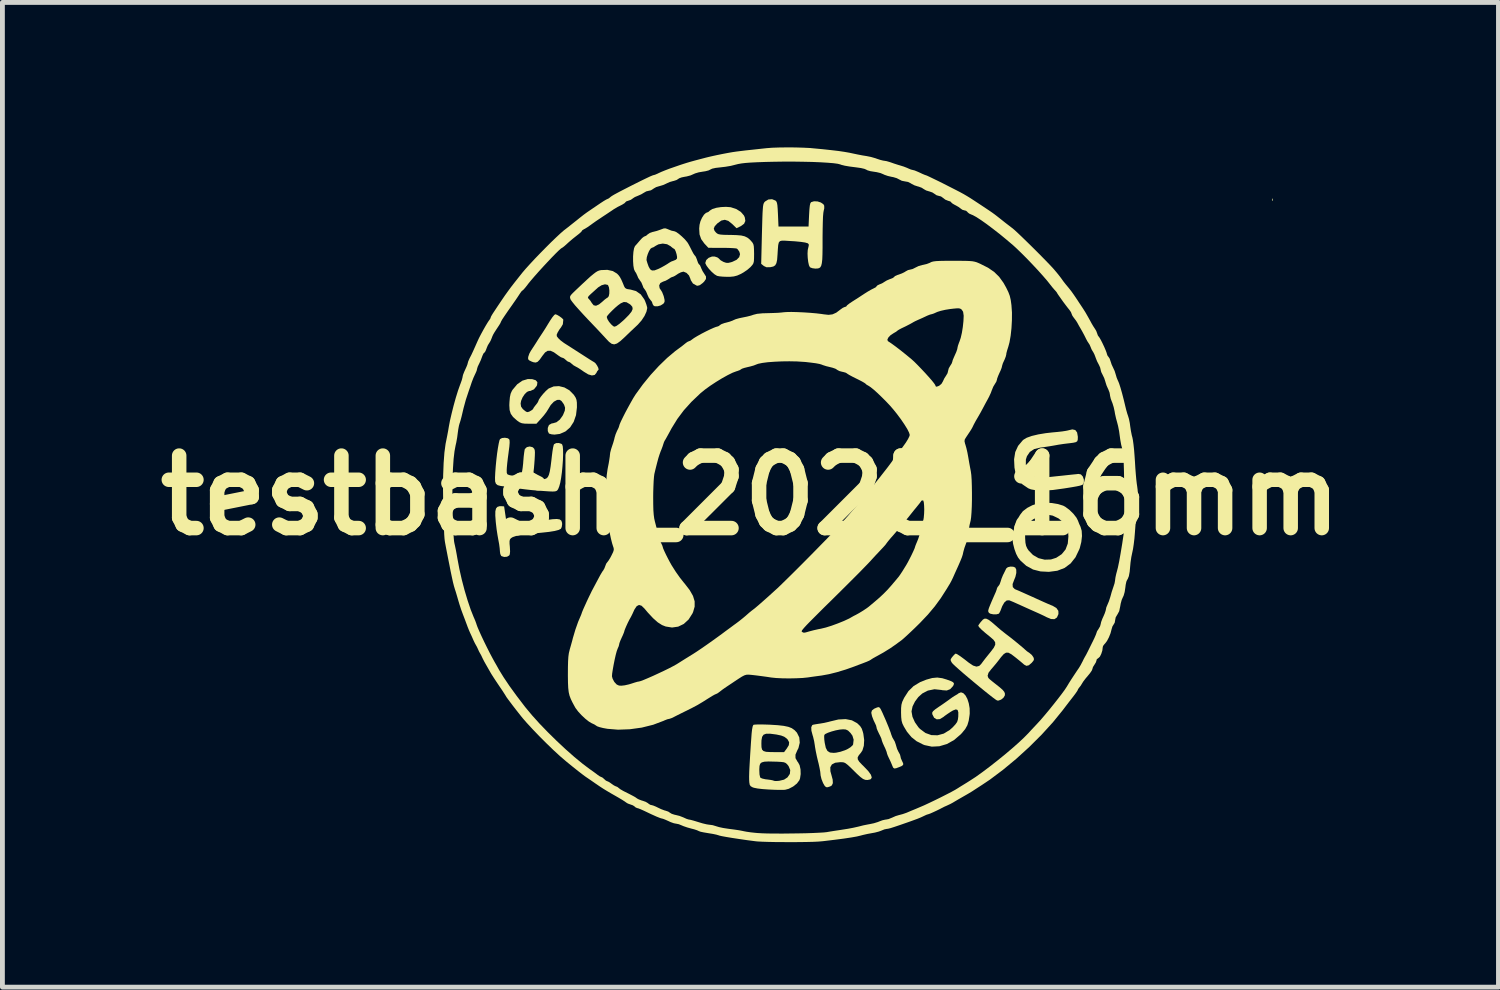
<source format=kicad_pcb>
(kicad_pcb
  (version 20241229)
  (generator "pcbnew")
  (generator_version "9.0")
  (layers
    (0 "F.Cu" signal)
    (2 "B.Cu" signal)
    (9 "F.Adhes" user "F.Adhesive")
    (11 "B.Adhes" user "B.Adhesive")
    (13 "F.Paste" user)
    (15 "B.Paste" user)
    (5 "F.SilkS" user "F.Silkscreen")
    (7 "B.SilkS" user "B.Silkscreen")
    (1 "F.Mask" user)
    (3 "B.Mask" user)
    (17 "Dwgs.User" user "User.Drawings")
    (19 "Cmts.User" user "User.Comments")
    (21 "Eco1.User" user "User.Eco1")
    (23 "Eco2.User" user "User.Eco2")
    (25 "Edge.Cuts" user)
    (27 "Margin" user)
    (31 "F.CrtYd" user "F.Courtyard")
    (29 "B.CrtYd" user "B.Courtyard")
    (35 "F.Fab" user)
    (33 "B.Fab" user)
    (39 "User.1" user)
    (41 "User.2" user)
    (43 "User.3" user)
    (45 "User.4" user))
  (footprint "testbash_2025_16mm"
    (layer "F.Cu")
    (at 12.479 7.199)
    (property "Reference" "testbash_2025_16mm" (at 0 0 0) (layer "F.SilkS") (effects (font (size 1.5 1.5) (thickness 0.3))))
    (attr board_only exclude_from_pos_files exclude_from_bom)
    (fp_poly (pts (xy 10.804 -6.134) (xy 10.806 -6.1) (xy 10.802 -6.093) (xy 10.792 -6.099) (xy 10.791 -6.121) (xy 10.796 -6.144)) (stroke (width 0) (type solid)) (fill yes) (layer "F.SilkS"))
    (fp_poly (pts (xy 2.668 4.389) (xy 2.69 4.416) (xy 2.718 4.472) (xy 2.733 4.504) (xy 2.802 4.66) (xy 2.858 4.796) (xy 2.899 4.904) (xy 2.913 4.949) (xy 2.936 5.009) (xy 2.962 5.054) (xy 2.964 5.057) (xy 2.987 5.098) (xy 3.008 5.16) (xy 3.013 5.178) (xy 3.034 5.248) (xy 3.062 5.307) (xy 3.068 5.317) (xy 3.094 5.365) (xy 3.103 5.399) (xy 3.112 5.441) (xy 3.135 5.494) (xy 3.16 5.547) (xy 3.159 5.579) (xy 3.128 5.603) (xy 3.081 5.623) (xy 3.014 5.648) (xy 2.976 5.653) (xy 2.953 5.636) (xy 2.934 5.594) (xy 2.932 5.588) (xy 2.904 5.521) (xy 2.87 5.448) (xy 2.865 5.439) (xy 2.839 5.382) (xy 2.824 5.339) (xy 2.823 5.331) (xy 2.813 5.297) (xy 2.79 5.24) (xy 2.769 5.196) (xy 2.74 5.132) (xy 2.721 5.082) (xy 2.716 5.063) (xy 2.707 5.03) (xy 2.682 4.975) (xy 2.662 4.936) (xy 2.632 4.873) (xy 2.612 4.823) (xy 2.609 4.804) (xy 2.599 4.764) (xy 2.577 4.716) (xy 2.549 4.658) (xy 2.521 4.586) (xy 2.515 4.569) (xy 2.5 4.5) (xy 2.513 4.453) (xy 2.558 4.417) (xy 2.613 4.393) (xy 2.645 4.383)) (stroke (width 0) (type solid)) (fill yes) (layer "F.SilkS"))
    (fp_poly (pts (xy -5.122 0.227) (xy -5.098 0.23) (xy -5.098 0.231) (xy -5.094 0.253) (xy -5.086 0.307) (xy -5.075 0.383) (xy -5.071 0.408) (xy -5.046 0.58) (xy -4.908 0.586) (xy -4.814 0.587) (xy -4.706 0.581) (xy -4.576 0.567) (xy -4.417 0.545) (xy -4.225 0.513) (xy -4.098 0.495) (xy -4.008 0.49) (xy -3.948 0.499) (xy -3.913 0.525) (xy -3.899 0.569) (xy -3.897 0.598) (xy -3.905 0.655) (xy -3.923 0.693) (xy -3.925 0.694) (xy -3.97 0.717) (xy -4.051 0.738) (xy -4.168 0.757) (xy -4.325 0.774) (xy -4.423 0.783) (xy -4.602 0.8) (xy -4.742 0.819) (xy -4.846 0.84) (xy -4.918 0.864) (xy -4.955 0.887) (xy -4.976 0.912) (xy -4.985 0.946) (xy -4.985 1.003) (xy -4.979 1.067) (xy -4.974 1.161) (xy -4.98 1.22) (xy -4.992 1.245) (xy -5.037 1.271) (xy -5.097 1.276) (xy -5.15 1.259) (xy -5.159 1.252) (xy -5.177 1.214) (xy -5.185 1.156) (xy -5.185 1.15) (xy -5.19 1.09) (xy -5.201 1.007) (xy -5.218 0.917) (xy -5.218 0.916) (xy -5.235 0.82) (xy -5.253 0.703) (xy -5.267 0.583) (xy -5.271 0.545) (xy -5.28 0.42) (xy -5.279 0.331) (xy -5.265 0.273) (xy -5.237 0.24) (xy -5.193 0.226) (xy -5.171 0.225)) (stroke (width 0) (type solid)) (fill yes) (layer "F.SilkS"))
    (fp_poly (pts (xy 5.438 1.478) (xy 5.479 1.495) (xy 5.5 1.538) (xy 5.501 1.607) (xy 5.482 1.689) (xy 5.456 1.752) (xy 5.424 1.837) (xy 5.428 1.899) (xy 5.467 1.939) (xy 5.48 1.946) (xy 5.539 1.97) (xy 5.609 2.001) (xy 5.625 2.008) (xy 5.694 2.039) (xy 5.779 2.077) (xy 5.835 2.102) (xy 5.925 2.143) (xy 6.022 2.187) (xy 6.071 2.209) (xy 6.148 2.243) (xy 6.221 2.274) (xy 6.254 2.287) (xy 6.33 2.332) (xy 6.371 2.391) (xy 6.373 2.457) (xy 6.342 2.528) (xy 6.29 2.563) (xy 6.218 2.56) (xy 6.13 2.523) (xy 6.069 2.492) (xy 5.988 2.454) (xy 5.926 2.426) (xy 5.782 2.362) (xy 5.647 2.301) (xy 5.507 2.238) (xy 5.438 2.207) (xy 5.38 2.183) (xy 5.354 2.173) (xy 5.302 2.176) (xy 5.253 2.218) (xy 5.21 2.293) (xy 5.196 2.329) (xy 5.172 2.392) (xy 5.149 2.437) (xy 5.139 2.45) (xy 5.09 2.463) (xy 5.025 2.463) (xy 4.966 2.451) (xy 4.938 2.435) (xy 4.922 2.412) (xy 4.92 2.382) (xy 4.934 2.334) (xy 4.953 2.286) (xy 4.99 2.197) (xy 5.031 2.103) (xy 5.049 2.062) (xy 5.077 1.999) (xy 5.095 1.949) (xy 5.099 1.931) (xy 5.114 1.897) (xy 5.13 1.88) (xy 5.156 1.842) (xy 5.176 1.786) (xy 5.196 1.722) (xy 5.226 1.649) (xy 5.235 1.632) (xy 5.265 1.572) (xy 5.288 1.524) (xy 5.293 1.514) (xy 5.325 1.488) (xy 5.38 1.475)) (stroke (width 0) (type solid)) (fill yes) (layer "F.SilkS"))
    (fp_poly (pts (xy 6.722 -1.35) (xy 6.759 -1.3) (xy 6.774 -1.214) (xy 6.774 -1.194) (xy 6.772 -1.149) (xy 6.762 -1.119) (xy 6.734 -1.1) (xy 6.682 -1.088) (xy 6.598 -1.077) (xy 6.57 -1.074) (xy 6.48 -1.063) (xy 6.373 -1.047) (xy 6.28 -1.03) (xy 6.179 -1.013) (xy 6.074 -0.997) (xy 5.993 -0.986) (xy 5.872 -0.957) (xy 5.781 -0.897) (xy 5.721 -0.809) (xy 5.699 -0.74) (xy 5.698 -0.632) (xy 5.734 -0.533) (xy 5.798 -0.451) (xy 5.886 -0.392) (xy 5.989 -0.363) (xy 6.066 -0.364) (xy 6.123 -0.371) (xy 6.211 -0.381) (xy 6.321 -0.393) (xy 6.439 -0.405) (xy 6.467 -0.408) (xy 6.577 -0.42) (xy 6.672 -0.43) (xy 6.744 -0.437) (xy 6.784 -0.442) (xy 6.789 -0.442) (xy 6.838 -0.432) (xy 6.877 -0.389) (xy 6.899 -0.325) (xy 6.899 -0.266) (xy 6.894 -0.244) (xy 6.883 -0.227) (xy 6.858 -0.213) (xy 6.816 -0.199) (xy 6.75 -0.185) (xy 6.654 -0.168) (xy 6.523 -0.147) (xy 6.484 -0.141) (xy 6.259 -0.11) (xy 6.071 -0.097) (xy 5.919 -0.102) (xy 5.803 -0.123) (xy 5.748 -0.145) (xy 5.626 -0.228) (xy 5.538 -0.337) (xy 5.482 -0.473) (xy 5.463 -0.572) (xy 5.455 -0.746) (xy 5.479 -0.895) (xy 5.538 -1.023) (xy 5.632 -1.135) (xy 5.65 -1.151) (xy 5.717 -1.191) (xy 5.821 -1.228) (xy 5.955 -1.26) (xy 6.112 -1.286) (xy 6.246 -1.301) (xy 6.355 -1.311) (xy 6.453 -1.322) (xy 6.529 -1.334) (xy 6.573 -1.343) (xy 6.575 -1.344) (xy 6.661 -1.364)) (stroke (width 0) (type solid)) (fill yes) (layer "F.SilkS"))
    (fp_poly (pts (xy -4.004 -3.735) (xy -3.956 -3.707) (xy -3.908 -3.672) (xy -3.877 -3.642) (xy -3.873 -3.632) (xy -3.882 -3.54) (xy -3.918 -3.478) (xy -3.955 -3.428) (xy -3.99 -3.369) (xy -4.01 -3.322) (xy -4.006 -3.289) (xy -3.976 -3.25) (xy -3.928 -3.204) (xy -3.864 -3.156) (xy -3.843 -3.142) (xy -3.783 -3.104) (xy -3.702 -3.052) (xy -3.618 -2.998) (xy -3.607 -2.991) (xy -3.481 -2.91) (xy -3.386 -2.849) (xy -3.319 -2.806) (xy -3.274 -2.778) (xy -3.247 -2.762) (xy -3.234 -2.755) (xy -3.234 -2.755) (xy -3.205 -2.73) (xy -3.175 -2.687) (xy -3.151 -2.641) (xy -3.142 -2.606) (xy -3.146 -2.597) (xy -3.171 -2.568) (xy -3.189 -2.531) (xy -3.224 -2.49) (xy -3.282 -2.48) (xy -3.357 -2.502) (xy -3.443 -2.554) (xy -3.446 -2.556) (xy -3.513 -2.603) (xy -3.578 -2.644) (xy -3.607 -2.659) (xy -3.662 -2.69) (xy -3.701 -2.723) (xy -3.736 -2.752) (xy -3.757 -2.759) (xy -3.79 -2.774) (xy -3.822 -2.802) (xy -3.86 -2.834) (xy -3.888 -2.845) (xy -3.922 -2.857) (xy -3.969 -2.888) (xy -3.976 -2.893) (xy -4.067 -2.959) (xy -4.138 -2.991) (xy -4.197 -2.99) (xy -4.25 -2.956) (xy -4.304 -2.887) (xy -4.306 -2.885) (xy -4.36 -2.808) (xy -4.403 -2.763) (xy -4.443 -2.747) (xy -4.489 -2.753) (xy -4.528 -2.767) (xy -4.58 -2.793) (xy -4.601 -2.818) (xy -4.6 -2.856) (xy -4.598 -2.867) (xy -4.576 -2.932) (xy -4.544 -2.99) (xy -4.51 -3.042) (xy -4.465 -3.111) (xy -4.436 -3.156) (xy -4.396 -3.22) (xy -4.362 -3.273) (xy -4.347 -3.296) (xy -4.294 -3.376) (xy -4.241 -3.459) (xy -4.2 -3.526) (xy -4.198 -3.53) (xy -4.146 -3.614) (xy -4.099 -3.684) (xy -4.061 -3.73) (xy -4.039 -3.746)) (stroke (width 0) (type solid)) (fill yes) (layer "F.SilkS"))
    (fp_poly (pts (xy 6.237 0.16) (xy 6.363 0.181) (xy 6.47 0.214) (xy 6.515 0.238) (xy 6.604 0.305) (xy 6.684 0.384) (xy 6.746 0.464) (xy 6.776 0.523) (xy 6.802 0.591) (xy 6.83 0.652) (xy 6.854 0.734) (xy 6.86 0.843) (xy 6.846 0.966) (xy 6.815 1.09) (xy 6.804 1.119) (xy 6.725 1.284) (xy 6.623 1.412) (xy 6.498 1.504) (xy 6.349 1.561) (xy 6.175 1.584) (xy 6.001 1.575) (xy 5.848 1.536) (xy 5.707 1.459) (xy 5.587 1.351) (xy 5.537 1.287) (xy 5.498 1.212) (xy 5.462 1.112) (xy 5.435 1.006) (xy 5.422 0.913) (xy 5.421 0.896) (xy 5.427 0.835) (xy 5.683 0.835) (xy 5.684 0.891) (xy 5.69 0.982) (xy 5.703 1.045) (xy 5.726 1.097) (xy 5.755 1.141) (xy 5.847 1.236) (xy 5.961 1.301) (xy 6.088 1.332) (xy 6.217 1.328) (xy 6.327 1.293) (xy 6.441 1.218) (xy 6.52 1.121) (xy 6.566 0.999) (xy 6.579 0.85) (xy 6.574 0.768) (xy 6.561 0.688) (xy 6.535 0.63) (xy 6.487 0.572) (xy 6.484 0.569) (xy 6.374 0.478) (xy 6.255 0.421) (xy 6.136 0.398) (xy 6.023 0.412) (xy 5.958 0.441) (xy 5.902 0.472) (xy 5.857 0.493) (xy 5.851 0.496) (xy 5.818 0.52) (xy 5.781 0.566) (xy 5.775 0.574) (xy 5.738 0.633) (xy 5.707 0.683) (xy 5.705 0.686) (xy 5.689 0.741) (xy 5.683 0.835) (xy 5.427 0.835) (xy 5.427 0.833) (xy 5.44 0.752) (xy 5.46 0.665) (xy 5.482 0.585) (xy 5.503 0.524) (xy 5.518 0.497) (xy 5.546 0.46) (xy 5.578 0.406) (xy 5.58 0.403) (xy 5.637 0.329) (xy 5.726 0.261) (xy 5.834 0.205) (xy 5.95 0.168) (xy 5.978 0.163) (xy 6.104 0.153)) (stroke (width 0) (type solid)) (fill yes) (layer "F.SilkS"))
    (fp_poly (pts (xy 0.517 -6.099) (xy 0.535 -6.081) (xy 0.548 -6.051) (xy 0.557 -6.003) (xy 0.563 -5.928) (xy 0.569 -5.818) (xy 0.569 -5.815) (xy 0.58 -5.561) (xy 0.891 -5.561) (xy 1.202 -5.561) (xy 1.213 -5.803) (xy 1.22 -5.918) (xy 1.228 -5.995) (xy 1.239 -6.042) (xy 1.254 -6.065) (xy 1.256 -6.066) (xy 1.315 -6.084) (xy 1.387 -6.081) (xy 1.456 -6.059) (xy 1.508 -6.024) (xy 1.526 -5.993) (xy 1.527 -5.938) (xy 1.515 -5.886) (xy 1.508 -5.845) (xy 1.501 -5.765) (xy 1.497 -5.653) (xy 1.494 -5.511) (xy 1.492 -5.346) (xy 1.492 -5.307) (xy 1.492 -5.128) (xy 1.49 -4.988) (xy 1.486 -4.882) (xy 1.477 -4.804) (xy 1.464 -4.751) (xy 1.445 -4.718) (xy 1.419 -4.7) (xy 1.385 -4.693) (xy 1.342 -4.691) (xy 1.28 -4.699) (xy 1.234 -4.717) (xy 1.229 -4.722) (xy 1.21 -4.761) (xy 1.195 -4.829) (xy 1.185 -4.913) (xy 1.181 -4.999) (xy 1.185 -5.073) (xy 1.194 -5.115) (xy 1.206 -5.166) (xy 1.205 -5.197) (xy 1.183 -5.216) (xy 1.13 -5.231) (xy 1.043 -5.244) (xy 0.919 -5.256) (xy 0.801 -5.263) (xy 0.711 -5.269) (xy 0.65 -5.269) (xy 0.61 -5.259) (xy 0.586 -5.23) (xy 0.574 -5.178) (xy 0.567 -5.096) (xy 0.56 -4.983) (xy 0.552 -4.876) (xy 0.537 -4.804) (xy 0.512 -4.759) (xy 0.473 -4.734) (xy 0.414 -4.721) (xy 0.405 -4.72) (xy 0.332 -4.719) (xy 0.278 -4.744) (xy 0.272 -4.749) (xy 0.222 -4.789) (xy 0.237 -5.41) (xy 0.242 -5.59) (xy 0.246 -5.731) (xy 0.25 -5.84) (xy 0.255 -5.92) (xy 0.26 -5.978) (xy 0.267 -6.018) (xy 0.276 -6.044) (xy 0.287 -6.063) (xy 0.301 -6.078) (xy 0.303 -6.08) (xy 0.37 -6.121) (xy 0.447 -6.127)) (stroke (width 0) (type solid)) (fill yes) (layer "F.SilkS"))
    (fp_poly (pts (xy -4.514 -2.403) (xy -4.442 -2.38) (xy -4.409 -2.34) (xy -4.416 -2.282) (xy -4.425 -2.261) (xy -4.48 -2.193) (xy -4.554 -2.16) (xy -4.581 -2.158) (xy -4.625 -2.139) (xy -4.673 -2.091) (xy -4.716 -2.026) (xy -4.746 -1.955) (xy -4.756 -1.899) (xy -4.747 -1.836) (xy -4.712 -1.786) (xy -4.688 -1.765) (xy -4.643 -1.73) (xy -4.61 -1.721) (xy -4.572 -1.734) (xy -4.56 -1.741) (xy -4.517 -1.767) (xy -4.498 -1.787) (xy -4.498 -1.788) (xy -4.485 -1.813) (xy -4.454 -1.855) (xy -4.444 -1.866) (xy -4.41 -1.91) (xy -4.392 -1.942) (xy -4.391 -1.946) (xy -4.377 -1.982) (xy -4.34 -2.037) (xy -4.289 -2.1) (xy -4.234 -2.159) (xy -4.183 -2.204) (xy -4.173 -2.211) (xy -4.072 -2.253) (xy -3.962 -2.259) (xy -3.851 -2.232) (xy -3.747 -2.173) (xy -3.66 -2.085) (xy -3.65 -2.072) (xy -3.618 -2.022) (xy -3.6 -1.975) (xy -3.592 -1.919) (xy -3.591 -1.837) (xy -3.591 -1.818) (xy -3.61 -1.658) (xy -3.658 -1.519) (xy -3.732 -1.405) (xy -3.829 -1.321) (xy -3.945 -1.27) (xy -4.055 -1.256) (xy -4.118 -1.262) (xy -4.164 -1.276) (xy -4.172 -1.282) (xy -4.194 -1.33) (xy -4.194 -1.393) (xy -4.173 -1.448) (xy -4.164 -1.458) (xy -4.115 -1.486) (xy -4.081 -1.492) (xy -4.014 -1.512) (xy -3.946 -1.565) (xy -3.888 -1.645) (xy -3.875 -1.67) (xy -3.842 -1.751) (xy -3.836 -1.812) (xy -3.855 -1.87) (xy -3.87 -1.896) (xy -3.91 -1.951) (xy -3.947 -1.975) (xy -3.993 -1.974) (xy -4.004 -1.972) (xy -4.068 -1.937) (xy -4.133 -1.868) (xy -4.19 -1.774) (xy -4.224 -1.72) (xy -4.276 -1.652) (xy -4.328 -1.592) (xy -4.429 -1.481) (xy -4.588 -1.481) (xy -4.673 -1.483) (xy -4.73 -1.491) (xy -4.775 -1.509) (xy -4.822 -1.541) (xy -4.838 -1.554) (xy -4.913 -1.621) (xy -4.96 -1.687) (xy -4.984 -1.764) (xy -4.99 -1.865) (xy -4.987 -1.932) (xy -4.978 -2.031) (xy -4.963 -2.102) (xy -4.938 -2.158) (xy -4.922 -2.184) (xy -4.826 -2.298) (xy -4.72 -2.372) (xy -4.606 -2.406)) (stroke (width 0) (type solid)) (fill yes) (layer "F.SilkS"))
    (fp_poly (pts (xy 3.969 3.785) (xy 4.059 3.812) (xy 4.144 3.843) (xy 4.193 3.868) (xy 4.211 3.894) (xy 4.204 3.925) (xy 4.189 3.951) (xy 4.132 4.012) (xy 4.062 4.039) (xy 3.97 4.033) (xy 3.949 4.028) (xy 3.808 4.013) (xy 3.671 4.041) (xy 3.557 4.1) (xy 3.474 4.174) (xy 3.404 4.268) (xy 3.354 4.369) (xy 3.334 4.464) (xy 3.333 4.474) (xy 3.352 4.583) (xy 3.403 4.697) (xy 3.478 4.803) (xy 3.508 4.834) (xy 3.62 4.918) (xy 3.743 4.962) (xy 3.871 4.966) (xy 4 4.931) (xy 4.123 4.856) (xy 4.185 4.801) (xy 4.242 4.739) (xy 4.276 4.691) (xy 4.292 4.641) (xy 4.3 4.579) (xy 4.301 4.491) (xy 4.286 4.442) (xy 4.25 4.43) (xy 4.191 4.452) (xy 4.142 4.481) (xy 4.076 4.525) (xy 4.018 4.566) (xy 3.994 4.586) (xy 3.92 4.631) (xy 3.854 4.636) (xy 3.8 4.603) (xy 3.764 4.533) (xy 3.762 4.524) (xy 3.761 4.496) (xy 3.778 4.468) (xy 3.819 4.432) (xy 3.889 4.383) (xy 3.893 4.38) (xy 3.976 4.324) (xy 4.057 4.267) (xy 4.12 4.222) (xy 4.122 4.22) (xy 4.179 4.179) (xy 4.226 4.149) (xy 4.24 4.141) (xy 4.284 4.115) (xy 4.308 4.096) (xy 4.356 4.077) (xy 4.404 4.094) (xy 4.449 4.141) (xy 4.488 4.213) (xy 4.517 4.303) (xy 4.535 4.405) (xy 4.537 4.513) (xy 4.534 4.545) (xy 4.516 4.665) (xy 4.488 4.758) (xy 4.443 4.838) (xy 4.375 4.92) (xy 4.351 4.946) (xy 4.213 5.064) (xy 4.064 5.147) (xy 3.909 5.193) (xy 3.753 5.201) (xy 3.603 5.169) (xy 3.572 5.157) (xy 3.438 5.089) (xy 3.331 5.004) (xy 3.239 4.893) (xy 3.173 4.783) (xy 3.144 4.723) (xy 3.127 4.664) (xy 3.119 4.591) (xy 3.116 4.498) (xy 3.117 4.403) (xy 3.124 4.334) (xy 3.14 4.275) (xy 3.17 4.211) (xy 3.182 4.187) (xy 3.269 4.052) (xy 3.376 3.947) (xy 3.511 3.866) (xy 3.638 3.815) (xy 3.76 3.781) (xy 3.865 3.771)) (stroke (width 0) (type solid)) (fill yes) (layer "F.SilkS"))
    (fp_poly (pts (xy -5.024 -1.181) (xy -4.994 -1.162) (xy -4.985 -1.137) (xy -4.983 -1.088) (xy -4.989 -1.01) (xy -5.004 -0.897) (xy -5.006 -0.878) (xy -5.021 -0.767) (xy -5.033 -0.662) (xy -5.041 -0.576) (xy -5.044 -0.526) (xy -5.043 -0.467) (xy -5.031 -0.436) (xy -4.996 -0.42) (xy -4.956 -0.411) (xy -4.857 -0.401) (xy -4.781 -0.418) (xy -4.736 -0.459) (xy -4.725 -0.497) (xy -4.714 -0.567) (xy -4.704 -0.656) (xy -4.7 -0.711) (xy -4.692 -0.806) (xy -4.682 -0.886) (xy -4.673 -0.942) (xy -4.668 -0.958) (xy -4.627 -0.997) (xy -4.568 -1.01) (xy -4.51 -0.996) (xy -4.495 -0.984) (xy -4.475 -0.963) (xy -4.464 -0.934) (xy -4.46 -0.889) (xy -4.462 -0.818) (xy -4.466 -0.742) (xy -4.473 -0.647) (xy -4.48 -0.564) (xy -4.487 -0.505) (xy -4.489 -0.488) (xy -4.481 -0.43) (xy -4.441 -0.379) (xy -4.377 -0.344) (xy -4.309 -0.333) (xy -4.26 -0.336) (xy -4.223 -0.349) (xy -4.194 -0.376) (xy -4.171 -0.423) (xy -4.152 -0.495) (xy -4.135 -0.598) (xy -4.118 -0.735) (xy -4.109 -0.816) (xy -4.097 -0.91) (xy -4.084 -0.988) (xy -4.071 -1.042) (xy -4.064 -1.057) (xy -4.022 -1.08) (xy -3.965 -1.082) (xy -3.912 -1.065) (xy -3.897 -1.052) (xy -3.884 -1.013) (xy -3.878 -0.94) (xy -3.877 -0.841) (xy -3.881 -0.725) (xy -3.89 -0.601) (xy -3.902 -0.476) (xy -3.918 -0.359) (xy -3.936 -0.259) (xy -3.957 -0.184) (xy -3.963 -0.169) (xy -3.977 -0.134) (xy -3.992 -0.108) (xy -4.012 -0.091) (xy -4.043 -0.081) (xy -4.093 -0.078) (xy -4.167 -0.081) (xy -4.27 -0.088) (xy -4.41 -0.098) (xy -4.423 -0.099) (xy -4.538 -0.109) (xy -4.654 -0.122) (xy -4.754 -0.135) (xy -4.799 -0.142) (xy -4.901 -0.158) (xy -5.015 -0.174) (xy -5.083 -0.182) (xy -5.172 -0.194) (xy -5.232 -0.21) (xy -5.267 -0.239) (xy -5.284 -0.287) (xy -5.286 -0.364) (xy -5.281 -0.47) (xy -5.271 -0.602) (xy -5.258 -0.735) (xy -5.243 -0.863) (xy -5.226 -0.978) (xy -5.209 -1.072) (xy -5.194 -1.137) (xy -5.182 -1.163) (xy -5.141 -1.185) (xy -5.081 -1.191)) (stroke (width 0) (type solid)) (fill yes) (layer "F.SilkS"))
    (fp_poly (pts (xy -0.409 -5.961) (xy -0.402 -5.959) (xy -0.292 -5.923) (xy -0.199 -5.864) (xy -0.135 -5.79) (xy -0.117 -5.75) (xy -0.106 -5.677) (xy -0.132 -5.619) (xy -0.197 -5.571) (xy -0.213 -5.563) (xy -0.288 -5.527) (xy -0.378 -5.614) (xy -0.458 -5.678) (xy -0.531 -5.701) (xy -0.603 -5.685) (xy -0.681 -5.629) (xy -0.683 -5.628) (xy -0.739 -5.568) (xy -0.759 -5.519) (xy -0.743 -5.472) (xy -0.714 -5.438) (xy -0.69 -5.417) (xy -0.66 -5.403) (xy -0.617 -5.395) (xy -0.551 -5.39) (xy -0.452 -5.388) (xy -0.419 -5.388) (xy -0.288 -5.384) (xy -0.192 -5.376) (xy -0.12 -5.359) (xy -0.064 -5.332) (xy -0.015 -5.293) (xy 0.01 -5.266) (xy 0.04 -5.231) (xy 0.059 -5.197) (xy 0.069 -5.154) (xy 0.073 -5.09) (xy 0.075 -4.999) (xy 0.074 -4.906) (xy 0.071 -4.844) (xy 0.061 -4.802) (xy 0.041 -4.768) (xy 0.009 -4.732) (xy 0.000272 -4.722) (xy -0.062 -4.668) (xy -0.142 -4.613) (xy -0.198 -4.581) (xy -0.275 -4.547) (xy -0.344 -4.529) (xy -0.424 -4.521) (xy -0.483 -4.521) (xy -0.569 -4.524) (xy -0.643 -4.531) (xy -0.691 -4.541) (xy -0.693 -4.542) (xy -0.744 -4.573) (xy -0.803 -4.625) (xy -0.861 -4.687) (xy -0.907 -4.748) (xy -0.932 -4.797) (xy -0.934 -4.81) (xy -0.915 -4.868) (xy -0.865 -4.914) (xy -0.798 -4.94) (xy -0.742 -4.941) (xy -0.686 -4.923) (xy -0.65 -4.897) (xy -0.649 -4.894) (xy -0.617 -4.863) (xy -0.563 -4.832) (xy -0.554 -4.828) (xy -0.504 -4.811) (xy -0.459 -4.809) (xy -0.4 -4.823) (xy -0.373 -4.832) (xy -0.287 -4.873) (xy -0.233 -4.928) (xy -0.216 -4.989) (xy -0.23 -5.04) (xy -0.259 -5.083) (xy -0.279 -5.104) (xy -0.308 -5.11) (xy -0.37 -5.115) (xy -0.459 -5.119) (xy -0.564 -5.12) (xy -0.586 -5.12) (xy -0.871 -5.121) (xy -0.956 -5.212) (xy -1.02 -5.301) (xy -1.054 -5.399) (xy -1.061 -5.518) (xy -1.054 -5.597) (xy -1.035 -5.671) (xy -1.002 -5.744) (xy -0.962 -5.806) (xy -0.921 -5.844) (xy -0.9 -5.851) (xy -0.869 -5.865) (xy -0.839 -5.892) (xy -0.788 -5.924) (xy -0.707 -5.949) (xy -0.609 -5.964) (xy -0.505 -5.969)) (stroke (width 0) (type solid)) (fill yes) (layer "F.SilkS"))
    (fp_poly (pts (xy 2.098 4.656) (xy 2.205 4.714) (xy 2.219 4.726) (xy 2.27 4.776) (xy 2.303 4.828) (xy 2.327 4.9) (xy 2.336 4.937) (xy 2.353 5.065) (xy 2.346 5.183) (xy 2.317 5.279) (xy 2.287 5.325) (xy 2.241 5.381) (xy 2.218 5.424) (xy 2.221 5.465) (xy 2.25 5.512) (xy 2.309 5.575) (xy 2.346 5.611) (xy 2.437 5.706) (xy 2.492 5.782) (xy 2.51 5.838) (xy 2.492 5.872) (xy 2.471 5.881) (xy 2.42 5.891) (xy 2.375 5.888) (xy 2.329 5.869) (xy 2.274 5.828) (xy 2.202 5.762) (xy 2.146 5.707) (xy 2.067 5.629) (xy 2.01 5.577) (xy 1.969 5.545) (xy 1.934 5.528) (xy 1.898 5.523) (xy 1.857 5.522) (xy 1.753 5.534) (xy 1.685 5.569) (xy 1.652 5.627) (xy 1.654 5.71) (xy 1.673 5.779) (xy 1.701 5.883) (xy 1.705 5.956) (xy 1.684 6.003) (xy 1.652 6.023) (xy 1.597 6.041) (xy 1.565 6.039) (xy 1.539 6.016) (xy 1.538 6.016) (xy 1.502 5.954) (xy 1.47 5.873) (xy 1.451 5.794) (xy 1.449 5.768) (xy 1.444 5.72) (xy 1.43 5.643) (xy 1.41 5.551) (xy 1.398 5.504) (xy 1.373 5.399) (xy 1.351 5.292) (xy 1.335 5.202) (xy 1.332 5.177) (xy 1.318 5.09) (xy 1.298 5.005) (xy 1.296 4.996) (xy 1.525 4.996) (xy 1.528 5.059) (xy 1.537 5.125) (xy 1.559 5.226) (xy 1.593 5.29) (xy 1.645 5.323) (xy 1.722 5.33) (xy 1.771 5.326) (xy 1.861 5.307) (xy 1.957 5.275) (xy 2 5.256) (xy 2.068 5.215) (xy 2.113 5.174) (xy 2.124 5.155) (xy 2.135 5.057) (xy 2.11 4.974) (xy 2.07 4.918) (xy 2.019 4.868) (xy 1.972 4.846) (xy 1.916 4.842) (xy 1.847 4.848) (xy 1.764 4.864) (xy 1.679 4.887) (xy 1.604 4.913) (xy 1.549 4.939) (xy 1.528 4.959) (xy 1.525 4.996) (xy 1.296 4.996) (xy 1.286 4.965) (xy 1.261 4.871) (xy 1.258 4.799) (xy 1.278 4.756) (xy 1.294 4.748) (xy 1.336 4.74) (xy 1.403 4.729) (xy 1.439 4.724) (xy 1.527 4.709) (xy 1.618 4.688) (xy 1.643 4.681) (xy 1.819 4.639) (xy 1.97 4.631)) (stroke (width 0) (type solid)) (fill yes) (layer "F.SilkS"))
    (fp_poly (pts (xy 4.879 2.553) (xy 4.926 2.575) (xy 4.989 2.622) (xy 5.074 2.695) (xy 5.117 2.733) (xy 5.184 2.79) (xy 5.261 2.851) (xy 5.289 2.873) (xy 5.351 2.92) (xy 5.426 2.979) (xy 5.505 3.043) (xy 5.58 3.105) (xy 5.642 3.157) (xy 5.682 3.193) (xy 5.69 3.2) (xy 5.722 3.228) (xy 5.771 3.261) (xy 5.771 3.261) (xy 5.822 3.304) (xy 5.855 3.351) (xy 5.867 3.39) (xy 5.856 3.423) (xy 5.818 3.468) (xy 5.76 3.517) (xy 5.711 3.529) (xy 5.665 3.505) (xy 5.659 3.5) (xy 5.627 3.472) (xy 5.572 3.426) (xy 5.503 3.37) (xy 5.478 3.35) (xy 5.398 3.289) (xy 5.338 3.257) (xy 5.289 3.256) (xy 5.241 3.286) (xy 5.184 3.35) (xy 5.145 3.402) (xy 5.085 3.478) (xy 5.022 3.553) (xy 4.982 3.599) (xy 4.925 3.673) (xy 4.907 3.735) (xy 4.923 3.78) (xy 4.946 3.803) (xy 4.995 3.844) (xy 5.058 3.894) (xy 5.067 3.901) (xy 5.158 3.973) (xy 5.219 4.027) (xy 5.253 4.069) (xy 5.266 4.106) (xy 5.263 4.143) (xy 5.235 4.189) (xy 5.186 4.228) (xy 5.132 4.248) (xy 5.104 4.246) (xy 5.073 4.227) (xy 5.016 4.185) (xy 4.938 4.124) (xy 4.843 4.048) (xy 4.738 3.962) (xy 4.628 3.871) (xy 4.518 3.779) (xy 4.414 3.691) (xy 4.322 3.611) (xy 4.247 3.544) (xy 4.194 3.494) (xy 4.169 3.467) (xy 4.169 3.467) (xy 4.145 3.424) (xy 4.143 3.393) (xy 4.167 3.356) (xy 4.18 3.34) (xy 4.216 3.299) (xy 4.243 3.277) (xy 4.247 3.275) (xy 4.279 3.289) (xy 4.342 3.33) (xy 4.434 3.398) (xy 4.518 3.464) (xy 4.606 3.523) (xy 4.676 3.545) (xy 4.733 3.531) (xy 4.772 3.493) (xy 4.813 3.438) (xy 4.857 3.38) (xy 4.913 3.31) (xy 4.973 3.236) (xy 5.035 3.154) (xy 5.065 3.092) (xy 5.063 3.04) (xy 5.028 2.989) (xy 4.958 2.928) (xy 4.948 2.92) (xy 4.856 2.845) (xy 4.783 2.781) (xy 4.734 2.731) (xy 4.714 2.702) (xy 4.713 2.7) (xy 4.726 2.675) (xy 4.758 2.631) (xy 4.776 2.61) (xy 4.81 2.572) (xy 4.843 2.553)) (stroke (width 0) (type solid)) (fill yes) (layer "F.SilkS"))
    (fp_poly (pts (xy 0.245 4.742) (xy 0.353 4.745) (xy 0.406 4.747) (xy 0.566 4.757) (xy 0.689 4.771) (xy 0.784 4.791) (xy 0.855 4.819) (xy 0.912 4.859) (xy 0.96 4.91) (xy 0.963 4.915) (xy 1.01 5.01) (xy 1.02 5.119) (xy 0.993 5.231) (xy 0.967 5.282) (xy 0.931 5.367) (xy 0.932 5.439) (xy 0.972 5.51) (xy 0.984 5.524) (xy 1.017 5.585) (xy 1.036 5.672) (xy 1.039 5.768) (xy 1.026 5.857) (xy 1.012 5.896) (xy 0.961 5.964) (xy 0.883 6.026) (xy 0.793 6.073) (xy 0.719 6.093) (xy 0.669 6.096) (xy 0.587 6.096) (xy 0.484 6.093) (xy 0.376 6.088) (xy 0.251 6.079) (xy 0.147 6.067) (xy 0.072 6.052) (xy 0.043 6.042) (xy 0.005 6.02) (xy -0.015 5.991) (xy -0.024 5.941) (xy -0.027 5.894) (xy -0.028 5.821) (xy -0.025 5.71) (xy -0.024 5.688) (xy 0.183 5.688) (xy 0.187 5.776) (xy 0.2 5.833) (xy 0.21 5.847) (xy 0.247 5.862) (xy 0.309 5.876) (xy 0.353 5.881) (xy 0.42 5.89) (xy 0.467 5.9) (xy 0.481 5.906) (xy 0.508 5.912) (xy 0.563 5.911) (xy 0.599 5.907) (xy 0.695 5.884) (xy 0.766 5.837) (xy 0.815 5.765) (xy 0.823 5.686) (xy 0.789 5.604) (xy 0.772 5.582) (xy 0.747 5.554) (xy 0.721 5.535) (xy 0.686 5.523) (xy 0.631 5.517) (xy 0.547 5.512) (xy 0.496 5.511) (xy 0.374 5.508) (xy 0.289 5.512) (xy 0.233 5.527) (xy 0.201 5.555) (xy 0.187 5.601) (xy 0.183 5.668) (xy 0.183 5.688) (xy -0.024 5.688) (xy -0.017 5.559) (xy -0.006 5.369) (xy 0.009 5.138) (xy 0.226 5.138) (xy 0.228 5.212) (xy 0.24 5.262) (xy 0.27 5.292) (xy 0.323 5.308) (xy 0.408 5.313) (xy 0.483 5.314) (xy 0.696 5.314) (xy 0.75 5.242) (xy 0.794 5.17) (xy 0.8 5.11) (xy 0.769 5.053) (xy 0.746 5.03) (xy 0.699 4.996) (xy 0.635 4.971) (xy 0.542 4.951) (xy 0.522 4.948) (xy 0.405 4.933) (xy 0.323 4.934) (xy 0.271 4.954) (xy 0.241 4.998) (xy 0.228 5.069) (xy 0.226 5.138) (xy 0.009 5.138) (xy 0.009 5.137) (xy 0.024 4.928) (xy 0.033 4.848) (xy 0.045 4.785) (xy 0.059 4.752) (xy 0.061 4.75) (xy 0.09 4.745) (xy 0.154 4.742)) (stroke (width 0) (type solid)) (fill yes) (layer "F.SilkS"))
    (fp_poly (pts (xy -2.848 -4.64) (xy -2.762 -4.588) (xy -2.729 -4.554) (xy -2.701 -4.516) (xy -2.672 -4.462) (xy -2.638 -4.384) (xy -2.614 -4.324) (xy -2.593 -4.289) (xy -2.558 -4.269) (xy -2.495 -4.259) (xy -2.485 -4.258) (xy -2.368 -4.226) (xy -2.271 -4.158) (xy -2.197 -4.055) (xy -2.18 -4.018) (xy -2.155 -3.951) (xy -2.139 -3.895) (xy -2.136 -3.874) (xy -2.152 -3.8) (xy -2.193 -3.71) (xy -2.254 -3.618) (xy -2.328 -3.534) (xy -2.336 -3.526) (xy -2.404 -3.462) (xy -2.488 -3.383) (xy -2.573 -3.301) (xy -2.602 -3.273) (xy -2.692 -3.191) (xy -2.762 -3.141) (xy -2.82 -3.123) (xy -2.872 -3.135) (xy -2.926 -3.175) (xy -2.964 -3.215) (xy -3.004 -3.258) (xy -3.067 -3.326) (xy -3.148 -3.413) (xy -3.242 -3.512) (xy -3.342 -3.617) (xy -3.369 -3.645) (xy -3.411 -3.69) (xy -2.974 -3.69) (xy -2.96 -3.645) (xy -2.926 -3.589) (xy -2.881 -3.536) (xy -2.838 -3.498) (xy -2.812 -3.489) (xy -2.774 -3.504) (xy -2.712 -3.548) (xy -2.633 -3.616) (xy -2.601 -3.646) (xy -2.515 -3.733) (xy -2.461 -3.801) (xy -2.438 -3.854) (xy -2.444 -3.899) (xy -2.478 -3.94) (xy -2.5 -3.957) (xy -2.565 -3.995) (xy -2.621 -4) (xy -2.685 -3.972) (xy -2.69 -3.968) (xy -2.74 -3.932) (xy -2.8 -3.881) (xy -2.862 -3.822) (xy -2.918 -3.765) (xy -2.958 -3.719) (xy -2.974 -3.691) (xy -2.974 -3.69) (xy -3.411 -3.69) (xy -3.466 -3.749) (xy -3.554 -3.846) (xy -3.629 -3.93) (xy -3.684 -3.998) (xy -3.716 -4.042) (xy -3.721 -4.05) (xy -3.733 -4.084) (xy -3.733 -4.096) (xy -3.364 -4.096) (xy -3.357 -4.076) (xy -3.348 -4.067) (xy -3.314 -4.028) (xy -3.283 -3.979) (xy -3.245 -3.932) (xy -3.196 -3.922) (xy -3.134 -3.95) (xy -3.071 -4.001) (xy -3.017 -4.049) (xy -2.971 -4.083) (xy -2.952 -4.094) (xy -2.932 -4.121) (xy -2.921 -4.174) (xy -2.92 -4.239) (xy -2.928 -4.301) (xy -2.946 -4.345) (xy -2.954 -4.354) (xy -3.01 -4.366) (xy -3.08 -4.347) (xy -3.152 -4.302) (xy -3.162 -4.293) (xy -3.215 -4.245) (xy -3.278 -4.188) (xy -3.301 -4.168) (xy -3.347 -4.123) (xy -3.364 -4.096) (xy -3.733 -4.096) (xy -3.733 -4.111) (xy -3.717 -4.142) (xy -3.678 -4.184) (xy -3.622 -4.238) (xy -3.493 -4.36) (xy -3.391 -4.455) (xy -3.311 -4.528) (xy -3.248 -4.58) (xy -3.199 -4.617) (xy -3.16 -4.64) (xy -3.125 -4.653) (xy -3.091 -4.66) (xy -3.09 -4.66) (xy -2.961 -4.665)) (stroke (width 0) (type solid)) (fill yes) (layer "F.SilkS"))
    (fp_poly (pts (xy -1.706 -5.505) (xy -1.695 -5.5) (xy -1.634 -5.476) (xy -1.582 -5.465) (xy -1.576 -5.464) (xy -1.538 -5.449) (xy -1.482 -5.41) (xy -1.419 -5.356) (xy -1.357 -5.296) (xy -1.308 -5.238) (xy -1.289 -5.209) (xy -1.259 -5.154) (xy -1.224 -5.085) (xy -1.213 -5.063) (xy -1.183 -5.006) (xy -1.157 -4.967) (xy -1.149 -4.96) (xy -1.13 -4.933) (xy -1.109 -4.881) (xy -1.103 -4.862) (xy -1.084 -4.809) (xy -1.066 -4.78) (xy -1.061 -4.777) (xy -1.044 -4.759) (xy -1.024 -4.714) (xy -1.021 -4.704) (xy -0.991 -4.639) (xy -0.955 -4.583) (xy -0.955 -4.583) (xy -0.92 -4.527) (xy -0.921 -4.476) (xy -0.959 -4.421) (xy -0.989 -4.392) (xy -1.049 -4.348) (xy -1.094 -4.336) (xy -1.113 -4.339) (xy -1.19 -4.382) (xy -1.235 -4.452) (xy -1.242 -4.477) (xy -1.272 -4.549) (xy -1.323 -4.602) (xy -1.383 -4.627) (xy -1.391 -4.627) (xy -1.44 -4.614) (xy -1.499 -4.584) (xy -1.514 -4.573) (xy -1.565 -4.54) (xy -1.604 -4.521) (xy -1.612 -4.52) (xy -1.645 -4.507) (xy -1.69 -4.477) (xy -1.692 -4.476) (xy -1.753 -4.441) (xy -1.81 -4.421) (xy -1.865 -4.392) (xy -1.889 -4.343) (xy -1.88 -4.285) (xy -1.857 -4.251) (xy -1.828 -4.205) (xy -1.801 -4.137) (xy -1.791 -4.105) (xy -1.777 -4.04) (xy -1.778 -4.002) (xy -1.794 -3.974) (xy -1.806 -3.962) (xy -1.858 -3.929) (xy -1.921 -3.911) (xy -1.978 -3.911) (xy -2.004 -3.924) (xy -2.027 -3.961) (xy -2.029 -3.976) (xy -2.043 -4.01) (xy -2.069 -4.041) (xy -2.103 -4.087) (xy -2.132 -4.15) (xy -2.135 -4.158) (xy -2.159 -4.216) (xy -2.185 -4.257) (xy -2.189 -4.261) (xy -2.216 -4.299) (xy -2.232 -4.343) (xy -2.258 -4.405) (xy -2.286 -4.444) (xy -2.323 -4.499) (xy -2.34 -4.541) (xy -2.367 -4.6) (xy -2.391 -4.635) (xy -2.41 -4.679) (xy -2.423 -4.753) (xy -2.429 -4.846) (xy -2.429 -4.873) (xy -2.151 -4.873) (xy -2.15 -4.863) (xy -2.134 -4.808) (xy -2.11 -4.74) (xy -2.105 -4.729) (xy -2.076 -4.677) (xy -2.038 -4.652) (xy -1.985 -4.654) (xy -1.909 -4.683) (xy -1.844 -4.715) (xy -1.774 -4.754) (xy -1.716 -4.789) (xy -1.685 -4.81) (xy -1.641 -4.836) (xy -1.592 -4.854) (xy -1.544 -4.874) (xy -1.52 -4.9) (xy -1.519 -4.935) (xy -1.529 -4.989) (xy -1.546 -5.044) (xy -1.565 -5.086) (xy -1.578 -5.099) (xy -1.603 -5.113) (xy -1.643 -5.145) (xy -1.651 -5.153) (xy -1.725 -5.195) (xy -1.815 -5.209) (xy -1.904 -5.193) (xy -1.959 -5.164) (xy -2.005 -5.134) (xy -2.041 -5.121) (xy -2.042 -5.121) (xy -2.068 -5.102) (xy -2.098 -5.055) (xy -2.125 -4.992) (xy -2.145 -4.927) (xy -2.151 -4.873) (xy -2.429 -4.873) (xy -2.429 -4.944) (xy -2.422 -5.037) (xy -2.409 -5.111) (xy -2.39 -5.156) (xy -2.389 -5.157) (xy -2.353 -5.197) (xy -2.305 -5.253) (xy -2.285 -5.276) (xy -2.241 -5.324) (xy -2.203 -5.353) (xy -2.191 -5.357) (xy -2.157 -5.372) (xy -2.128 -5.398) (xy -2.082 -5.429) (xy -2.019 -5.451) (xy -2.011 -5.452) (xy -1.937 -5.471) (xy -1.859 -5.498) (xy -1.851 -5.501) (xy -1.795 -5.522) (xy -1.754 -5.523)) (stroke (width 0) (type solid)) (fill yes) (layer "F.SilkS"))
    (fp_poly (pts (xy 4.341 -4.852) (xy 4.45 -4.851) (xy 4.531 -4.848) (xy 4.592 -4.843) (xy 4.639 -4.834) (xy 4.681 -4.822) (xy 4.724 -4.804) (xy 4.753 -4.791) (xy 4.914 -4.71) (xy 5.042 -4.623) (xy 5.146 -4.521) (xy 5.236 -4.396) (xy 5.291 -4.298) (xy 5.336 -4.206) (xy 5.366 -4.126) (xy 5.386 -4.04) (xy 5.401 -3.93) (xy 5.401 -3.925) (xy 5.411 -3.782) (xy 5.41 -3.623) (xy 5.401 -3.459) (xy 5.384 -3.303) (xy 5.36 -3.166) (xy 5.335 -3.073) (xy 5.312 -3.001) (xy 5.296 -2.941) (xy 5.293 -2.914) (xy 5.283 -2.872) (xy 5.26 -2.812) (xy 5.25 -2.791) (xy 5.223 -2.732) (xy 5.208 -2.684) (xy 5.206 -2.674) (xy 5.197 -2.637) (xy 5.174 -2.578) (xy 5.153 -2.534) (xy 5.124 -2.468) (xy 5.104 -2.413) (xy 5.1 -2.392) (xy 5.087 -2.35) (xy 5.059 -2.305) (xy 5.024 -2.247) (xy 4.997 -2.18) (xy 4.996 -2.179) (xy 4.974 -2.119) (xy 4.938 -2.041) (xy 4.909 -1.986) (xy 4.865 -1.906) (xy 4.822 -1.825) (xy 4.799 -1.782) (xy 4.758 -1.706) (xy 4.712 -1.626) (xy 4.703 -1.61) (xy 4.661 -1.539) (xy 4.623 -1.468) (xy 4.615 -1.452) (xy 4.595 -1.41) (xy 4.573 -1.37) (xy 4.542 -1.321) (xy 4.496 -1.252) (xy 4.462 -1.201) (xy 4.435 -1.157) (xy 4.429 -1.12) (xy 4.44 -1.07) (xy 4.449 -1.043) (xy 4.468 -0.976) (xy 4.489 -0.885) (xy 4.507 -0.787) (xy 4.509 -0.776) (xy 4.526 -0.676) (xy 4.544 -0.578) (xy 4.559 -0.5) (xy 4.56 -0.494) (xy 4.57 -0.42) (xy 4.577 -0.315) (xy 4.581 -0.189) (xy 4.583 -0.051) (xy 4.583 0.092) (xy 4.58 0.229) (xy 4.574 0.353) (xy 4.566 0.454) (xy 4.556 0.523) (xy 4.553 0.535) (xy 4.534 0.614) (xy 4.517 0.711) (xy 4.508 0.78) (xy 4.494 0.871) (xy 4.474 0.958) (xy 4.456 1.01) (xy 4.428 1.087) (xy 4.406 1.166) (xy 4.403 1.179) (xy 4.392 1.229) (xy 4.373 1.287) (xy 4.343 1.361) (xy 4.3 1.46) (xy 4.261 1.546) (xy 4.227 1.621) (xy 4.194 1.696) (xy 4.189 1.707) (xy 4.159 1.769) (xy 4.131 1.821) (xy 4.129 1.825) (xy 4.1 1.872) (xy 4.064 1.932) (xy 4.057 1.943) (xy 3.938 2.129) (xy 3.813 2.3) (xy 3.672 2.468) (xy 3.507 2.642) (xy 3.399 2.748) (xy 3.314 2.829) (xy 3.237 2.901) (xy 3.173 2.959) (xy 3.131 2.995) (xy 3.123 3.001) (xy 3.068 3.041) (xy 3.008 3.086) (xy 3.006 3.087) (xy 2.892 3.166) (xy 2.753 3.252) (xy 2.604 3.335) (xy 2.592 3.341) (xy 2.537 3.372) (xy 2.498 3.397) (xy 2.495 3.4) (xy 2.459 3.421) (xy 2.402 3.446) (xy 2.383 3.453) (xy 2.319 3.478) (xy 2.233 3.51) (xy 2.147 3.543) (xy 1.972 3.605) (xy 1.794 3.659) (xy 1.627 3.701) (xy 1.484 3.727) (xy 1.481 3.728) (xy 1.376 3.742) (xy 1.26 3.758) (xy 1.186 3.769) (xy 1.079 3.78) (xy 0.947 3.786) (xy 0.803 3.789) (xy 0.661 3.787) (xy 0.534 3.781) (xy 0.434 3.771) (xy 0.42 3.769) (xy 0.342 3.757) (xy 0.24 3.743) (xy 0.132 3.729) (xy 0.1 3.725) (xy 0.02 3.716) (xy -0.038 3.711) (xy -0.084 3.713) (xy -0.127 3.726) (xy -0.177 3.752) (xy -0.243 3.794) (xy -0.335 3.855) (xy -0.357 3.87) (xy -0.429 3.918) (xy -0.492 3.96) (xy -0.532 3.987) (xy -0.534 3.988) (xy -0.58 4.021) (xy -0.633 4.062) (xy -0.634 4.063) (xy -0.679 4.096) (xy -0.71 4.111) (xy -0.713 4.112) (xy -0.739 4.123) (xy -0.791 4.152) (xy -0.857 4.193) (xy -0.867 4.199) (xy -0.989 4.276) (xy -1.1 4.342) (xy -1.219 4.405) (xy -1.342 4.466) (xy -1.429 4.509) (xy -1.511 4.55) (xy -1.574 4.582) (xy -1.581 4.586) (xy -1.637 4.612) (xy -1.679 4.626) (xy -1.686 4.627) (xy -1.721 4.635) (xy -1.777 4.657) (xy -1.801 4.668) (xy -2.013 4.748) (xy -2.25 4.807) (xy -2.496 4.841) (xy -2.74 4.85) (xy -2.959 4.832) (xy -3.048 4.816) (xy -3.124 4.797) (xy -3.174 4.779) (xy -3.184 4.772) (xy -3.23 4.742) (xy -3.288 4.715) (xy -3.345 4.681) (xy -3.418 4.623) (xy -3.495 4.551) (xy -3.565 4.475) (xy -3.617 4.406) (xy -3.627 4.39) (xy -3.679 4.295) (xy -3.717 4.217) (xy -3.744 4.146) (xy -3.761 4.073) (xy -3.771 3.987) (xy -3.776 3.88) (xy -3.778 3.745) (xy -2.866 3.745) (xy -2.853 3.794) (xy -2.822 3.854) (xy -2.812 3.868) (xy -2.767 3.916) (xy -2.72 3.937) (xy -2.671 3.94) (xy -2.602 3.932) (xy -2.517 3.913) (xy -2.464 3.897) (xy -2.393 3.874) (xy -2.337 3.858) (xy -2.312 3.854) (xy -2.276 3.845) (xy -2.209 3.82) (xy -2.119 3.782) (xy -2.014 3.736) (xy -1.902 3.684) (xy -1.789 3.631) (xy -1.683 3.579) (xy -1.593 3.532) (xy -1.525 3.494) (xy -1.514 3.487) (xy -1.334 3.374) (xy -1.187 3.283) (xy -1.114 3.236) (xy -1.016 3.17) (xy -0.902 3.091) (xy -0.782 3.006) (xy -0.664 2.921) (xy -0.59 2.867) (xy -0.514 2.81) (xy -0.514 2.81) (xy 1.06 2.81) (xy 1.06 2.819) (xy 1.065 2.825) (xy 1.067 2.826) (xy 1.089 2.839) (xy 1.11 2.843) (xy 1.145 2.837) (xy 1.204 2.82) (xy 1.225 2.814) (xy 1.309 2.792) (xy 1.407 2.77) (xy 1.46 2.76) (xy 1.559 2.736) (xy 1.68 2.698) (xy 1.811 2.65) (xy 1.937 2.599) (xy 2.044 2.549) (xy 2.093 2.521) (xy 2.137 2.496) (xy 2.179 2.475) (xy 2.248 2.437) (xy 2.33 2.387) (xy 2.405 2.337) (xy 2.448 2.305) (xy 2.572 2.201) (xy 2.672 2.115) (xy 2.756 2.036) (xy 2.834 1.957) (xy 2.914 1.867) (xy 3.007 1.757) (xy 3.067 1.685) (xy 3.097 1.643) (xy 3.144 1.572) (xy 3.2 1.481) (xy 3.226 1.439) (xy 3.257 1.384) (xy 3.294 1.313) (xy 3.333 1.236) (xy 3.367 1.164) (xy 3.392 1.108) (xy 3.403 1.078) (xy 3.403 1.077) (xy 3.412 1.047) (xy 3.433 0.994) (xy 3.444 0.969) (xy 3.472 0.899) (xy 3.501 0.809) (xy 3.52 0.741) (xy 3.541 0.655) (xy 3.562 0.574) (xy 3.575 0.526) (xy 3.586 0.463) (xy 3.593 0.381) (xy 3.596 0.294) (xy 3.593 0.212) (xy 3.587 0.146) (xy 3.576 0.109) (xy 3.572 0.106) (xy 3.543 0.108) (xy 3.532 0.121) (xy 3.506 0.158) (xy 3.469 0.204) (xy 3.438 0.242) (xy 3.387 0.304) (xy 3.324 0.383) (xy 3.261 0.462) (xy 3.18 0.56) (xy 3.094 0.665) (xy 3.012 0.76) (xy 2.966 0.813) (xy 2.905 0.882) (xy 2.855 0.942) (xy 2.822 0.984) (xy 2.815 0.994) (xy 2.79 1.028) (xy 2.745 1.078) (xy 2.707 1.118) (xy 2.652 1.177) (xy 2.58 1.253) (xy 2.505 1.335) (xy 2.48 1.363) (xy 2.429 1.417) (xy 2.352 1.496) (xy 2.256 1.595) (xy 2.144 1.707) (xy 2.022 1.829) (xy 1.896 1.954) (xy 1.857 1.993) (xy 1.678 2.17) (xy 1.526 2.319) (xy 1.401 2.444) (xy 1.3 2.545) (xy 1.219 2.626) (xy 1.158 2.689) (xy 1.114 2.737) (xy 1.085 2.771) (xy 1.067 2.795) (xy 1.06 2.81) (xy -0.514 2.81) (xy -0.421 2.742) (xy -0.331 2.675) (xy -0.319 2.667) (xy -0.236 2.605) (xy -0.157 2.542) (xy -0.094 2.489) (xy -0.084 2.48) (xy -0.026 2.429) (xy 0.028 2.385) (xy 0.047 2.371) (xy 0.09 2.338) (xy 0.162 2.277) (xy 0.257 2.194) (xy 0.373 2.091) (xy 0.506 1.97) (xy 0.558 1.923) (xy 0.623 1.861) (xy 0.712 1.774) (xy 0.821 1.667) (xy 0.944 1.545) (xy 1.076 1.413) (xy 1.21 1.278) (xy 1.343 1.143) (xy 1.469 1.014) (xy 1.583 0.898) (xy 1.678 0.798) (xy 1.751 0.721) (xy 1.771 0.699) (xy 1.839 0.624) (xy 1.902 0.555) (xy 1.95 0.501) (xy 1.965 0.485) (xy 2.037 0.403) (xy 2.131 0.294) (xy 2.24 0.164) (xy 2.326 0.06) (xy 2.386 -0.012) (xy 2.438 -0.074) (xy 2.474 -0.117) (xy 2.483 -0.128) (xy 2.518 -0.17) (xy 2.549 -0.209) (xy 2.579 -0.248) (xy 2.627 -0.31) (xy 2.685 -0.382) (xy 2.705 -0.408) (xy 2.773 -0.495) (xy 2.824 -0.56) (xy 2.865 -0.614) (xy 2.905 -0.668) (xy 2.947 -0.725) (xy 3.013 -0.815) (xy 3.08 -0.906) (xy 3.138 -0.983) (xy 3.157 -1.009) (xy 3.215 -1.09) (xy 3.261 -1.165) (xy 3.289 -1.223) (xy 3.296 -1.249) (xy 3.282 -1.297) (xy 3.245 -1.371) (xy 3.186 -1.466) (xy 3.112 -1.575) (xy 3.025 -1.691) (xy 2.958 -1.774) (xy 2.89 -1.853) (xy 2.809 -1.939) (xy 2.721 -2.027) (xy 2.634 -2.111) (xy 2.554 -2.183) (xy 2.487 -2.237) (xy 2.442 -2.267) (xy 2.437 -2.269) (xy 2.397 -2.293) (xy 2.384 -2.307) (xy 2.36 -2.325) (xy 2.305 -2.357) (xy 2.231 -2.395) (xy 2.19 -2.415) (xy 2.11 -2.455) (xy 2.045 -2.49) (xy 2.006 -2.514) (xy 1.998 -2.521) (xy 1.971 -2.537) (xy 1.918 -2.552) (xy 1.901 -2.555) (xy 1.841 -2.571) (xy 1.798 -2.593) (xy 1.792 -2.598) (xy 1.759 -2.619) (xy 1.698 -2.64) (xy 1.646 -2.653) (xy 1.568 -2.672) (xy 1.499 -2.694) (xy 1.469 -2.706) (xy 1.428 -2.718) (xy 1.354 -2.732) (xy 1.255 -2.745) (xy 1.143 -2.758) (xy 1.102 -2.761) (xy 0.959 -2.77) (xy 0.805 -2.773) (xy 0.649 -2.771) (xy 0.498 -2.764) (xy 0.361 -2.754) (xy 0.245 -2.739) (xy 0.159 -2.721) (xy 0.121 -2.707) (xy 0.068 -2.686) (xy -0.007 -2.665) (xy -0.059 -2.653) (xy -0.127 -2.636) (xy -0.177 -2.619) (xy -0.194 -2.608) (xy -0.22 -2.591) (xy -0.273 -2.571) (xy -0.294 -2.565) (xy -0.371 -2.536) (xy -0.472 -2.486) (xy -0.589 -2.421) (xy -0.713 -2.345) (xy -0.833 -2.266) (xy -0.941 -2.188) (xy -1.028 -2.117) (xy -1.031 -2.115) (xy -1.221 -1.934) (xy -1.379 -1.759) (xy -1.513 -1.58) (xy -1.632 -1.387) (xy -1.666 -1.324) (xy -1.708 -1.247) (xy -1.743 -1.184) (xy -1.766 -1.144) (xy -1.771 -1.138) (xy -1.789 -1.102) (xy -1.802 -1.063) (xy -1.819 -1.01) (xy -1.845 -0.941) (xy -1.857 -0.913) (xy -1.88 -0.85) (xy -1.905 -0.772) (xy -1.932 -0.671) (xy -1.965 -0.541) (xy -1.989 -0.44) (xy -1.996 -0.386) (xy -2.003 -0.299) (xy -2.008 -0.188) (xy -2.012 -0.062) (xy -2.013 0.032) (xy -2.012 0.187) (xy -2.009 0.308) (xy -2.002 0.402) (xy -1.992 0.478) (xy -1.977 0.545) (xy -1.976 0.548) (xy -1.951 0.644) (xy -1.926 0.745) (xy -1.911 0.805) (xy -1.889 0.885) (xy -1.863 0.958) (xy -1.849 0.988) (xy -1.825 1.038) (xy -1.814 1.073) (xy -1.814 1.075) (xy -1.805 1.103) (xy -1.781 1.158) (xy -1.747 1.23) (xy -1.708 1.307) (xy -1.67 1.379) (xy -1.638 1.436) (xy -1.637 1.439) (xy -1.545 1.584) (xy -1.46 1.704) (xy -1.374 1.813) (xy -1.363 1.825) (xy -1.258 1.961) (xy -1.189 2.082) (xy -1.155 2.194) (xy -1.155 2.304) (xy -1.187 2.415) (xy -1.201 2.446) (xy -1.28 2.57) (xy -1.38 2.662) (xy -1.496 2.718) (xy -1.623 2.736) (xy -1.754 2.715) (xy -1.83 2.685) (xy -1.918 2.629) (xy -2.015 2.543) (xy -2.125 2.425) (xy -2.194 2.343) (xy -2.254 2.285) (xy -2.306 2.269) (xy -2.354 2.294) (xy -2.4 2.362) (xy -2.412 2.388) (xy -2.442 2.454) (xy -2.468 2.506) (xy -2.477 2.523) (xy -2.506 2.574) (xy -2.539 2.64) (xy -2.571 2.71) (xy -2.596 2.769) (xy -2.609 2.806) (xy -2.609 2.809) (xy -2.619 2.841) (xy -2.642 2.897) (xy -2.663 2.942) (xy -2.692 3.007) (xy -2.712 3.06) (xy -2.716 3.081) (xy -2.726 3.122) (xy -2.749 3.175) (xy -2.75 3.178) (xy -2.767 3.224) (xy -2.788 3.302) (xy -2.81 3.399) (xy -2.831 3.504) (xy -2.849 3.605) (xy -2.862 3.69) (xy -2.866 3.745) (xy -3.778 3.745) (xy -3.778 3.742) (xy -3.778 3.704) (xy -3.777 3.55) (xy -3.774 3.432) (xy -3.768 3.34) (xy -3.758 3.267) (xy -3.743 3.205) (xy -3.742 3.199) (xy -3.715 3.104) (xy -3.687 3.003) (xy -3.674 2.952) (xy -3.622 2.777) (xy -3.565 2.616) (xy -3.529 2.532) (xy -3.505 2.476) (xy -3.491 2.437) (xy -3.489 2.429) (xy -3.48 2.406) (xy -3.458 2.353) (xy -3.425 2.28) (xy -3.387 2.196) (xy -3.347 2.111) (xy -3.31 2.035) (xy -3.281 1.975) (xy -3.273 1.961) (xy -3.202 1.827) (xy -3.148 1.726) (xy -3.109 1.653) (xy -3.08 1.604) (xy -3.061 1.573) (xy -3.048 1.557) (xy -3.022 1.511) (xy -3.005 1.466) (xy -2.985 1.414) (xy -2.963 1.385) (xy -2.939 1.354) (xy -2.904 1.298) (xy -2.875 1.243) (xy -2.842 1.175) (xy -2.828 1.129) (xy -2.831 1.092) (xy -2.843 1.056) (xy -2.862 0.996) (xy -2.887 0.898) (xy -2.915 0.766) (xy -2.948 0.603) (xy -2.974 0.462) (xy -2.987 0.354) (xy -2.994 0.216) (xy -2.996 0.057) (xy -2.994 -0.109) (xy -2.986 -0.271) (xy -2.974 -0.419) (xy -2.957 -0.54) (xy -2.952 -0.567) (xy -2.933 -0.662) (xy -2.919 -0.748) (xy -2.91 -0.811) (xy -2.909 -0.829) (xy -2.902 -0.884) (xy -2.883 -0.957) (xy -2.868 -1.003) (xy -2.841 -1.083) (xy -2.819 -1.159) (xy -2.812 -1.192) (xy -2.79 -1.264) (xy -2.759 -1.337) (xy -2.756 -1.342) (xy -2.73 -1.395) (xy -2.717 -1.433) (xy -2.716 -1.438) (xy -2.706 -1.471) (xy -2.679 -1.533) (xy -2.638 -1.617) (xy -2.589 -1.714) (xy -2.534 -1.816) (xy -2.479 -1.916) (xy -2.428 -2.006) (xy -2.383 -2.078) (xy -2.373 -2.093) (xy -2.227 -2.294) (xy -2.066 -2.491) (xy -1.896 -2.676) (xy -1.725 -2.842) (xy -1.56 -2.981) (xy -1.483 -3.038) (xy -1.419 -3.085) (xy -1.361 -3.132) (xy -1.351 -3.14) (xy -1.307 -3.173) (xy -1.274 -3.188) (xy -1.273 -3.188) (xy -1.239 -3.202) (xy -1.211 -3.223) (xy 2.833 -3.223) (xy 2.842 -3.192) (xy 2.847 -3.188) (xy 2.911 -3.146) (xy 2.999 -3.082) (xy 3.105 -3.001) (xy 3.22 -2.909) (xy 3.336 -2.813) (xy 3.391 -2.763) (xy 3.459 -2.695) (xy 3.536 -2.615) (xy 3.615 -2.531) (xy 3.689 -2.449) (xy 3.753 -2.376) (xy 3.799 -2.318) (xy 3.822 -2.284) (xy 3.823 -2.281) (xy 3.835 -2.253) (xy 3.852 -2.247) (xy 3.891 -2.261) (xy 3.906 -2.268) (xy 3.952 -2.306) (xy 3.981 -2.355) (xy 4.011 -2.419) (xy 4.046 -2.473) (xy 4.078 -2.527) (xy 4.09 -2.577) (xy 4.103 -2.627) (xy 4.133 -2.679) (xy 4.163 -2.726) (xy 4.176 -2.762) (xy 4.176 -2.762) (xy 4.185 -2.797) (xy 4.209 -2.854) (xy 4.229 -2.899) (xy 4.259 -2.966) (xy 4.279 -3.025) (xy 4.283 -3.049) (xy 4.293 -3.094) (xy 4.315 -3.157) (xy 4.326 -3.184) (xy 4.351 -3.259) (xy 4.375 -3.363) (xy 4.394 -3.482) (xy 4.407 -3.604) (xy 4.412 -3.714) (xy 4.412 -3.716) (xy 4.4 -3.798) (xy 4.371 -3.842) (xy 4.348 -3.859) (xy 4.319 -3.868) (xy 4.275 -3.869) (xy 4.206 -3.863) (xy 4.129 -3.854) (xy 4.03 -3.838) (xy 3.938 -3.817) (xy 3.868 -3.795) (xy 3.85 -3.787) (xy 3.794 -3.762) (xy 3.752 -3.748) (xy 3.744 -3.747) (xy 3.711 -3.738) (xy 3.656 -3.716) (xy 3.631 -3.704) (xy 3.556 -3.669) (xy 3.482 -3.636) (xy 3.468 -3.63) (xy 3.409 -3.603) (xy 3.364 -3.579) (xy 3.36 -3.576) (xy 3.303 -3.544) (xy 3.214 -3.498) (xy 3.124 -3.455) (xy 3.073 -3.428) (xy 3.041 -3.407) (xy 3.038 -3.404) (xy 3.013 -3.384) (xy 2.966 -3.357) (xy 2.958 -3.352) (xy 2.898 -3.312) (xy 2.854 -3.266) (xy 2.833 -3.223) (xy -1.211 -3.223) (xy -1.211 -3.223) (xy -1.168 -3.254) (xy -1.1 -3.295) (xy -1.016 -3.342) (xy -0.925 -3.389) (xy -0.837 -3.432) (xy -0.761 -3.466) (xy -0.709 -3.486) (xy -0.693 -3.489) (xy -0.652 -3.504) (xy -0.635 -3.52) (xy -0.6 -3.542) (xy -0.539 -3.564) (xy -0.503 -3.573) (xy -0.43 -3.593) (xy -0.368 -3.616) (xy -0.348 -3.626) (xy -0.303 -3.645) (xy -0.231 -3.665) (xy -0.158 -3.68) (xy -0.07 -3.698) (xy 0.012 -3.719) (xy 0.062 -3.736) (xy 0.137 -3.755) (xy 0.25 -3.766) (xy 0.359 -3.769) (xy 0.465 -3.772) (xy 0.567 -3.776) (xy 0.649 -3.783) (xy 0.679 -3.787) (xy 0.746 -3.792) (xy 0.845 -3.794) (xy 0.966 -3.791) (xy 1.1 -3.785) (xy 1.235 -3.776) (xy 1.362 -3.765) (xy 1.471 -3.752) (xy 1.515 -3.745) (xy 1.616 -3.734) (xy 1.697 -3.744) (xy 1.775 -3.779) (xy 1.863 -3.845) (xy 1.864 -3.846) (xy 1.912 -3.88) (xy 1.951 -3.897) (xy 1.955 -3.897) (xy 1.983 -3.907) (xy 1.986 -3.915) (xy 2.003 -3.935) (xy 2.047 -3.969) (xy 2.099 -4.004) (xy 2.176 -4.053) (xy 2.269 -4.113) (xy 2.351 -4.167) (xy 2.427 -4.215) (xy 2.496 -4.255) (xy 2.546 -4.28) (xy 2.55 -4.282) (xy 2.592 -4.304) (xy 2.609 -4.324) (xy 2.627 -4.344) (xy 2.671 -4.365) (xy 2.677 -4.367) (xy 2.735 -4.393) (xy 2.779 -4.421) (xy 2.821 -4.446) (xy 2.882 -4.472) (xy 2.893 -4.476) (xy 2.944 -4.496) (xy 2.972 -4.516) (xy 2.974 -4.52) (xy 2.992 -4.537) (xy 3.039 -4.558) (xy 3.065 -4.566) (xy 3.135 -4.592) (xy 3.196 -4.623) (xy 3.207 -4.631) (xy 3.26 -4.66) (xy 3.304 -4.67) (xy 3.353 -4.682) (xy 3.41 -4.71) (xy 3.414 -4.712) (xy 3.477 -4.743) (xy 3.554 -4.765) (xy 3.575 -4.769) (xy 3.647 -4.786) (xy 3.71 -4.81) (xy 3.724 -4.818) (xy 3.75 -4.83) (xy 3.787 -4.839) (xy 3.842 -4.846) (xy 3.921 -4.85) (xy 4.03 -4.852) (xy 4.175 -4.852) (xy 4.197 -4.852)) (stroke (width 0) (type solid)) (fill yes) (layer "F.SilkS"))
    (fp_poly (pts (xy 0.931 -7.198) (xy 1.095 -7.193) (xy 1.238 -7.186) (xy 1.288 -7.181) (xy 1.5 -7.161) (xy 1.675 -7.142) (xy 1.82 -7.125) (xy 1.941 -7.107) (xy 2.045 -7.089) (xy 2.115 -7.074) (xy 2.215 -7.053) (xy 2.313 -7.034) (xy 2.393 -7.021) (xy 2.405 -7.019) (xy 2.494 -7.001) (xy 2.588 -6.974) (xy 2.615 -6.964) (xy 2.684 -6.941) (xy 2.744 -6.926) (xy 2.765 -6.923) (xy 2.815 -6.915) (xy 2.881 -6.896) (xy 2.899 -6.89) (xy 2.973 -6.864) (xy 3.06 -6.836) (xy 3.095 -6.826) (xy 3.172 -6.802) (xy 3.241 -6.775) (xy 3.267 -6.763) (xy 3.32 -6.741) (xy 3.36 -6.731) (xy 3.397 -6.722) (xy 3.455 -6.698) (xy 3.5 -6.678) (xy 3.562 -6.649) (xy 3.61 -6.629) (xy 3.626 -6.624) (xy 3.651 -6.615) (xy 3.707 -6.589) (xy 3.788 -6.55) (xy 3.887 -6.502) (xy 3.97 -6.461) (xy 4.119 -6.385) (xy 4.237 -6.325) (xy 4.332 -6.276) (xy 4.411 -6.233) (xy 4.481 -6.192) (xy 4.551 -6.149) (xy 4.628 -6.099) (xy 4.719 -6.039) (xy 4.763 -6.01) (xy 4.867 -5.941) (xy 4.943 -5.89) (xy 5 -5.851) (xy 5.047 -5.817) (xy 5.093 -5.782) (xy 5.145 -5.741) (xy 5.196 -5.701) (xy 5.275 -5.638) (xy 5.352 -5.579) (xy 5.413 -5.532) (xy 5.424 -5.524) (xy 5.464 -5.49) (xy 5.527 -5.432) (xy 5.61 -5.353) (xy 5.706 -5.26) (xy 5.811 -5.157) (xy 5.918 -5.051) (xy 6.022 -4.946) (xy 6.118 -4.848) (xy 6.201 -4.762) (xy 6.265 -4.693) (xy 6.28 -4.676) (xy 6.34 -4.605) (xy 6.397 -4.534) (xy 6.431 -4.489) (xy 6.475 -4.427) (xy 6.519 -4.371) (xy 6.527 -4.361) (xy 6.591 -4.284) (xy 6.642 -4.219) (xy 6.693 -4.147) (xy 6.72 -4.107) (xy 6.764 -4.042) (xy 6.799 -3.988) (xy 6.817 -3.961) (xy 6.841 -3.925) (xy 6.878 -3.869) (xy 6.895 -3.843) (xy 6.935 -3.779) (xy 6.983 -3.695) (xy 7.026 -3.618) (xy 7.066 -3.544) (xy 7.103 -3.483) (xy 7.127 -3.447) (xy 7.128 -3.446) (xy 7.155 -3.401) (xy 7.172 -3.355) (xy 7.189 -3.307) (xy 7.206 -3.284) (xy 7.225 -3.258) (xy 7.255 -3.205) (xy 7.29 -3.135) (xy 7.325 -3.06) (xy 7.354 -2.991) (xy 7.372 -2.942) (xy 7.375 -2.926) (xy 7.391 -2.885) (xy 7.406 -2.868) (xy 7.432 -2.829) (xy 7.451 -2.774) (xy 7.474 -2.705) (xy 7.504 -2.641) (xy 7.536 -2.572) (xy 7.558 -2.501) (xy 7.578 -2.433) (xy 7.603 -2.373) (xy 7.604 -2.373) (xy 7.627 -2.318) (xy 7.656 -2.229) (xy 7.689 -2.113) (xy 7.724 -1.978) (xy 7.753 -1.857) (xy 7.774 -1.771) (xy 7.797 -1.69) (xy 7.813 -1.643) (xy 7.832 -1.58) (xy 7.849 -1.496) (xy 7.858 -1.428) (xy 7.872 -1.336) (xy 7.89 -1.244) (xy 7.904 -1.192) (xy 7.914 -1.139) (xy 7.926 -1.052) (xy 7.938 -0.941) (xy 7.948 -0.813) (xy 7.956 -0.698) (xy 7.964 -0.563) (xy 7.974 -0.435) (xy 7.984 -0.324) (xy 7.994 -0.239) (xy 8.001 -0.193) (xy 8.012 -0.108) (xy 8.015 -0.009) (xy 8.012 0.043) (xy 8.003 0.148) (xy 7.992 0.271) (xy 7.981 0.419) (xy 7.968 0.599) (xy 7.955 0.774) (xy 7.945 0.894) (xy 7.931 1.011) (xy 7.916 1.112) (xy 7.901 1.182) (xy 7.881 1.278) (xy 7.865 1.386) (xy 7.859 1.45) (xy 7.847 1.58) (xy 7.83 1.673) (xy 7.805 1.735) (xy 7.794 1.75) (xy 7.778 1.787) (xy 7.764 1.853) (xy 7.756 1.917) (xy 7.743 2.002) (xy 7.722 2.076) (xy 7.706 2.11) (xy 7.682 2.164) (xy 7.661 2.241) (xy 7.652 2.294) (xy 7.63 2.398) (xy 7.594 2.465) (xy 7.592 2.467) (xy 7.557 2.527) (xy 7.547 2.581) (xy 7.537 2.636) (xy 7.515 2.673) (xy 7.491 2.711) (xy 7.473 2.769) (xy 7.471 2.777) (xy 7.451 2.854) (xy 7.417 2.939) (xy 7.377 3.015) (xy 7.337 3.068) (xy 7.327 3.077) (xy 7.296 3.118) (xy 7.289 3.147) (xy 7.281 3.213) (xy 7.259 3.281) (xy 7.231 3.338) (xy 7.201 3.367) (xy 7.199 3.368) (xy 7.166 3.393) (xy 7.161 3.414) (xy 7.148 3.456) (xy 7.118 3.505) (xy 7.087 3.554) (xy 7.075 3.596) (xy 7.061 3.63) (xy 7.025 3.682) (xy 6.988 3.727) (xy 6.934 3.791) (xy 6.887 3.853) (xy 6.867 3.885) (xy 6.834 3.939) (xy 6.803 3.978) (xy 6.779 4.011) (xy 6.774 4.025) (xy 6.762 4.049) (xy 6.729 4.097) (xy 6.683 4.159) (xy 6.672 4.173) (xy 6.605 4.259) (xy 6.529 4.358) (xy 6.463 4.445) (xy 6.259 4.696) (xy 6.025 4.953) (xy 5.769 5.208) (xy 5.5 5.453) (xy 5.226 5.68) (xy 4.957 5.882) (xy 4.796 5.99) (xy 4.722 6.038) (xy 4.654 6.082) (xy 4.608 6.112) (xy 4.607 6.113) (xy 4.564 6.14) (xy 4.495 6.181) (xy 4.413 6.228) (xy 4.38 6.247) (xy 4.3 6.293) (xy 4.232 6.333) (xy 4.187 6.36) (xy 4.176 6.366) (xy 4.135 6.388) (xy 4.077 6.415) (xy 4.069 6.419) (xy 4.01 6.445) (xy 3.966 6.468) (xy 3.961 6.47) (xy 3.914 6.495) (xy 3.85 6.526) (xy 3.781 6.558) (xy 3.72 6.585) (xy 3.678 6.6) (xy 3.669 6.602) (xy 3.639 6.612) (xy 3.59 6.635) (xy 3.586 6.637) (xy 3.526 6.665) (xy 3.45 6.696) (xy 3.414 6.709) (xy 3.338 6.737) (xy 3.268 6.762) (xy 3.242 6.771) (xy 3.093 6.823) (xy 2.98 6.861) (xy 2.899 6.887) (xy 2.846 6.9) (xy 2.821 6.903) (xy 2.772 6.913) (xy 2.714 6.936) (xy 2.713 6.937) (xy 2.656 6.958) (xy 2.576 6.979) (xy 2.516 6.99) (xy 2.422 7.007) (xy 2.325 7.029) (xy 2.276 7.042) (xy 2.201 7.06) (xy 2.088 7.08) (xy 1.936 7.103) (xy 1.744 7.128) (xy 1.511 7.156) (xy 1.471 7.16) (xy 1.396 7.166) (xy 1.287 7.171) (xy 1.152 7.174) (xy 0.999 7.176) (xy 0.836 7.177) (xy 0.67 7.176) (xy 0.511 7.175) (xy 0.365 7.172) (xy 0.242 7.168) (xy 0.148 7.163) (xy 0.107 7.159) (xy -0.07 7.136) (xy -0.234 7.112) (xy -0.379 7.09) (xy -0.5 7.07) (xy -0.592 7.053) (xy -0.648 7.04) (xy -0.658 7.036) (xy -0.706 7.022) (xy -0.782 7.006) (xy -0.87 6.992) (xy -0.881 6.99) (xy -0.964 6.976) (xy -1.031 6.962) (xy -1.07 6.948) (xy -1.073 6.946) (xy -1.106 6.931) (xy -1.167 6.911) (xy -1.226 6.896) (xy -1.308 6.873) (xy -1.384 6.847) (xy -1.422 6.831) (xy -1.483 6.806) (xy -1.537 6.795) (xy -1.539 6.795) (xy -1.586 6.786) (xy -1.653 6.762) (xy -1.696 6.742) (xy -1.761 6.713) (xy -1.812 6.693) (xy -1.832 6.689) (xy -1.87 6.678) (xy -1.945 6.648) (xy -2.058 6.597) (xy -2.207 6.526) (xy -2.21 6.525) (xy -2.274 6.496) (xy -2.324 6.477) (xy -2.342 6.473) (xy -2.376 6.459) (xy -2.393 6.443) (xy -2.432 6.416) (xy -2.482 6.398) (xy -2.536 6.379) (xy -2.571 6.358) (xy -2.601 6.336) (xy -2.659 6.299) (xy -2.733 6.255) (xy -2.766 6.236) (xy -2.88 6.171) (xy -2.968 6.119) (xy -3.042 6.074) (xy -3.113 6.028) (xy -3.192 5.974) (xy -3.223 5.953) (xy -3.299 5.9) (xy -3.368 5.853) (xy -3.418 5.819) (xy -3.425 5.814) (xy -3.477 5.775) (xy -3.561 5.71) (xy -3.673 5.621) (xy -3.812 5.508) (xy -3.82 5.501) (xy -3.938 5.4) (xy -4.074 5.275) (xy -4.22 5.134) (xy -4.369 4.985) (xy -4.51 4.838) (xy -4.636 4.701) (xy -4.71 4.616) (xy -4.749 4.568) (xy -4.801 4.502) (xy -4.86 4.427) (xy -4.92 4.349) (xy -4.975 4.276) (xy -5.02 4.216) (xy -5.049 4.176) (xy -5.056 4.164) (xy -5.068 4.144) (xy -5.099 4.095) (xy -5.144 4.026) (xy -5.195 3.951) (xy -5.255 3.862) (xy -5.309 3.78) (xy -5.352 3.713) (xy -5.372 3.68) (xy -5.407 3.619) (xy -5.449 3.545) (xy -5.468 3.512) (xy -5.506 3.445) (xy -5.538 3.383) (xy -5.549 3.36) (xy -5.574 3.307) (xy -5.593 3.274) (xy -5.618 3.229) (xy -5.636 3.188) (xy -5.661 3.135) (xy -5.679 3.103) (xy -5.702 3.062) (xy -5.73 3.004) (xy -5.734 2.995) (xy -5.765 2.924) (xy -5.796 2.857) (xy -5.797 2.856) (xy -5.825 2.792) (xy -5.855 2.717) (xy -5.859 2.705) (xy -5.883 2.641) (xy -5.915 2.555) (xy -5.948 2.469) (xy -5.985 2.369) (xy -6.021 2.259) (xy -6.045 2.179) (xy -6.071 2.089) (xy -6.098 1.998) (xy -6.116 1.943) (xy -6.136 1.876) (xy -6.156 1.797) (xy -6.178 1.696) (xy -6.205 1.568) (xy -6.228 1.449) (xy -6.248 1.35) (xy -6.268 1.248) (xy -6.283 1.17) (xy -6.301 1.078) (xy -6.319 0.982) (xy -6.325 0.945) (xy -6.331 0.895) (xy -6.337 0.81) (xy -6.342 0.695) (xy -6.348 0.557) (xy -6.353 0.402) (xy -6.357 0.238) (xy -6.358 0.215) (xy -6.361 -0.072) (xy -6.168 -0.072) (xy -6.167 0.206) (xy -6.165 0.311) (xy -6.16 0.473) (xy -6.154 0.624) (xy -6.148 0.758) (xy -6.141 0.867) (xy -6.134 0.946) (xy -6.127 0.988) (xy -6.114 1.045) (xy -6.096 1.131) (xy -6.077 1.234) (xy -6.064 1.31) (xy -6.024 1.522) (xy -5.974 1.744) (xy -5.916 1.965) (xy -5.853 2.176) (xy -5.789 2.366) (xy -5.726 2.524) (xy -5.721 2.534) (xy -5.693 2.601) (xy -5.671 2.661) (xy -5.668 2.673) (xy -5.649 2.725) (xy -5.614 2.807) (xy -5.567 2.911) (xy -5.512 3.027) (xy -5.452 3.149) (xy -5.392 3.268) (xy -5.335 3.375) (xy -5.295 3.448) (xy -5.254 3.519) (xy -5.216 3.587) (xy -5.203 3.611) (xy -5.109 3.764) (xy -4.988 3.944) (xy -4.84 4.148) (xy -4.669 4.372) (xy -4.649 4.397) (xy -4.518 4.554) (xy -4.364 4.725) (xy -4.192 4.903) (xy -4.01 5.082) (xy -3.826 5.254) (xy -3.645 5.414) (xy -3.476 5.553) (xy -3.325 5.667) (xy -3.307 5.679) (xy -3.241 5.726) (xy -3.178 5.773) (xy -3.168 5.781) (xy -3.122 5.813) (xy -3.09 5.829) (xy -3.087 5.829) (xy -3.058 5.844) (xy -3.027 5.872) (xy -2.991 5.904) (xy -2.967 5.915) (xy -2.938 5.927) (xy -2.891 5.957) (xy -2.875 5.969) (xy -2.826 6.003) (xy -2.79 6.021) (xy -2.783 6.023) (xy -2.752 6.036) (xy -2.732 6.052) (xy -2.695 6.081) (xy -2.637 6.115) (xy -2.618 6.125) (xy -2.518 6.175) (xy -2.449 6.211) (xy -2.404 6.235) (xy -2.376 6.252) (xy -2.356 6.266) (xy -2.351 6.271) (xy -2.31 6.293) (xy -2.249 6.316) (xy -2.23 6.321) (xy -2.168 6.343) (xy -2.122 6.37) (xy -2.115 6.377) (xy -2.075 6.404) (xy -2.053 6.409) (xy -2.014 6.419) (xy -1.955 6.443) (xy -1.921 6.46) (xy -1.849 6.494) (xy -1.78 6.52) (xy -1.757 6.526) (xy -1.701 6.545) (xy -1.664 6.57) (xy -1.629 6.591) (xy -1.57 6.61) (xy -1.55 6.614) (xy -1.469 6.634) (xy -1.389 6.665) (xy -1.38 6.669) (xy -1.323 6.695) (xy -1.278 6.709) (xy -1.27 6.71) (xy -1.237 6.716) (xy -1.174 6.733) (xy -1.095 6.757) (xy -1.076 6.763) (xy -0.989 6.789) (xy -0.909 6.808) (xy -0.853 6.817) (xy -0.847 6.817) (xy -0.782 6.826) (xy -0.712 6.847) (xy -0.706 6.849) (xy -0.649 6.866) (xy -0.565 6.884) (xy -0.468 6.899) (xy -0.433 6.904) (xy -0.333 6.917) (xy -0.238 6.931) (xy -0.164 6.945) (xy -0.147 6.949) (xy -0.085 6.961) (xy 0.004 6.974) (xy 0.106 6.985) (xy 0.154 6.989) (xy 0.242 6.994) (xy 0.359 6.998) (xy 0.5 6.999) (xy 0.657 7) (xy 0.822 6.998) (xy 0.988 6.996) (xy 1.148 6.993) (xy 1.296 6.988) (xy 1.422 6.982) (xy 1.521 6.976) (xy 1.585 6.969) (xy 1.589 6.968) (xy 1.658 6.956) (xy 1.754 6.941) (xy 1.861 6.925) (xy 1.911 6.917) (xy 2.019 6.9) (xy 2.125 6.88) (xy 2.214 6.86) (xy 2.244 6.853) (xy 2.334 6.83) (xy 2.429 6.811) (xy 2.468 6.804) (xy 2.554 6.786) (xy 2.638 6.76) (xy 2.662 6.75) (xy 2.729 6.725) (xy 2.789 6.711) (xy 2.802 6.71) (xy 2.857 6.7) (xy 2.921 6.674) (xy 2.931 6.67) (xy 3.003 6.638) (xy 3.076 6.616) (xy 3.081 6.615) (xy 3.149 6.597) (xy 3.227 6.57) (xy 3.253 6.559) (xy 3.321 6.53) (xy 3.411 6.493) (xy 3.503 6.454) (xy 3.51 6.451) (xy 3.594 6.415) (xy 3.699 6.366) (xy 3.816 6.31) (xy 3.936 6.251) (xy 4.052 6.192) (xy 4.155 6.139) (xy 4.235 6.095) (xy 4.283 6.066) (xy 4.304 6.053) (xy 4.335 6.033) (xy 4.384 6.003) (xy 4.457 5.958) (xy 4.543 5.904) (xy 4.66 5.828) (xy 4.797 5.73) (xy 4.947 5.617) (xy 5.104 5.494) (xy 5.261 5.367) (xy 5.41 5.241) (xy 5.546 5.121) (xy 5.661 5.013) (xy 5.749 4.924) (xy 5.762 4.91) (xy 5.801 4.867) (xy 5.859 4.805) (xy 5.924 4.736) (xy 5.935 4.724) (xy 6.005 4.648) (xy 6.087 4.552) (xy 6.178 4.443) (xy 6.27 4.329) (xy 6.359 4.216) (xy 6.44 4.111) (xy 6.505 4.022) (xy 6.549 3.955) (xy 6.559 3.938) (xy 6.59 3.886) (xy 6.639 3.809) (xy 6.7 3.716) (xy 6.766 3.617) (xy 6.797 3.572) (xy 6.833 3.512) (xy 6.868 3.445) (xy 6.869 3.444) (xy 6.897 3.386) (xy 6.921 3.342) (xy 6.923 3.339) (xy 6.947 3.297) (xy 6.975 3.242) (xy 7 3.192) (xy 7.037 3.117) (xy 7.078 3.034) (xy 7.084 3.023) (xy 7.12 2.947) (xy 7.147 2.885) (xy 7.16 2.848) (xy 7.161 2.844) (xy 7.173 2.811) (xy 7.203 2.766) (xy 7.203 2.765) (xy 7.234 2.712) (xy 7.247 2.665) (xy 7.257 2.62) (xy 7.281 2.556) (xy 7.301 2.512) (xy 7.33 2.445) (xy 7.349 2.389) (xy 7.354 2.366) (xy 7.363 2.321) (xy 7.387 2.264) (xy 7.389 2.259) (xy 7.416 2.196) (xy 7.442 2.117) (xy 7.452 2.083) (xy 7.475 1.999) (xy 7.503 1.916) (xy 7.512 1.889) (xy 7.534 1.821) (xy 7.545 1.76) (xy 7.546 1.748) (xy 7.553 1.697) (xy 7.569 1.624) (xy 7.582 1.577) (xy 7.604 1.491) (xy 7.63 1.366) (xy 7.659 1.202) (xy 7.693 0.997) (xy 7.72 0.816) (xy 7.727 0.749) (xy 7.731 0.643) (xy 7.735 0.502) (xy 7.736 0.329) (xy 7.736 0.129) (xy 7.735 -0.095) (xy 7.735 -0.097) (xy 7.732 -0.308) (xy 7.729 -0.481) (xy 7.725 -0.62) (xy 7.721 -0.73) (xy 7.716 -0.815) (xy 7.71 -0.879) (xy 7.702 -0.928) (xy 7.692 -0.965) (xy 7.692 -0.966) (xy 7.671 -1.046) (xy 7.653 -1.145) (xy 7.642 -1.224) (xy 7.628 -1.326) (xy 7.607 -1.433) (xy 7.589 -1.503) (xy 7.564 -1.594) (xy 7.543 -1.689) (xy 7.535 -1.738) (xy 7.516 -1.824) (xy 7.49 -1.908) (xy 7.48 -1.932) (xy 7.455 -1.999) (xy 7.441 -2.059) (xy 7.44 -2.072) (xy 7.43 -2.127) (xy 7.405 -2.191) (xy 7.4 -2.201) (xy 7.368 -2.273) (xy 7.345 -2.346) (xy 7.344 -2.351) (xy 7.32 -2.425) (xy 7.287 -2.493) (xy 7.259 -2.549) (xy 7.246 -2.597) (xy 7.246 -2.601) (xy 7.235 -2.646) (xy 7.209 -2.702) (xy 7.207 -2.706) (xy 7.173 -2.771) (xy 7.143 -2.846) (xy 7.14 -2.856) (xy 7.116 -2.918) (xy 7.091 -2.966) (xy 7.085 -2.974) (xy 7.058 -3.02) (xy 7.042 -3.06) (xy 7.019 -3.114) (xy 6.999 -3.145) (xy 6.972 -3.186) (xy 6.941 -3.244) (xy 6.937 -3.253) (xy 6.906 -3.315) (xy 6.864 -3.393) (xy 6.84 -3.435) (xy 6.802 -3.5) (xy 6.773 -3.553) (xy 6.761 -3.575) (xy 6.737 -3.613) (xy 6.7 -3.662) (xy 6.695 -3.668) (xy 6.662 -3.715) (xy 6.646 -3.752) (xy 6.645 -3.756) (xy 6.632 -3.79) (xy 6.601 -3.835) (xy 6.568 -3.876) (xy 6.522 -3.936) (xy 6.471 -4.004) (xy 6.422 -4.073) (xy 6.38 -4.132) (xy 6.352 -4.173) (xy 6.345 -4.187) (xy 6.332 -4.207) (xy 6.3 -4.244) (xy 6.296 -4.247) (xy 6.247 -4.304) (xy 6.205 -4.357) (xy 6.141 -4.438) (xy 6.052 -4.541) (xy 5.947 -4.658) (xy 5.831 -4.782) (xy 5.713 -4.905) (xy 5.599 -5.019) (xy 5.497 -5.117) (xy 5.438 -5.171) (xy 5.298 -5.29) (xy 5.157 -5.406) (xy 5.018 -5.514) (xy 4.888 -5.612) (xy 4.772 -5.694) (xy 4.675 -5.757) (xy 4.602 -5.797) (xy 4.579 -5.806) (xy 4.525 -5.83) (xy 4.492 -5.858) (xy 4.49 -5.863) (xy 4.461 -5.888) (xy 4.434 -5.894) (xy 4.385 -5.908) (xy 4.353 -5.931) (xy 4.308 -5.965) (xy 4.247 -6) (xy 4.234 -6.006) (xy 4.185 -6.034) (xy 4.157 -6.057) (xy 4.155 -6.062) (xy 4.136 -6.08) (xy 4.091 -6.094) (xy 4.09 -6.094) (xy 4.031 -6.118) (xy 3.989 -6.151) (xy 3.943 -6.184) (xy 3.903 -6.194) (xy 3.85 -6.209) (xy 3.814 -6.234) (xy 3.765 -6.266) (xy 3.702 -6.288) (xy 3.697 -6.289) (xy 3.635 -6.308) (xy 3.588 -6.335) (xy 3.585 -6.337) (xy 3.543 -6.364) (xy 3.481 -6.387) (xy 3.464 -6.391) (xy 3.393 -6.414) (xy 3.331 -6.446) (xy 3.322 -6.453) (xy 3.261 -6.484) (xy 3.199 -6.495) (xy 3.132 -6.508) (xy 3.079 -6.535) (xy 3.027 -6.562) (xy 2.954 -6.584) (xy 2.92 -6.59) (xy 2.842 -6.608) (xy 2.77 -6.633) (xy 2.748 -6.644) (xy 2.69 -6.668) (xy 2.611 -6.687) (xy 2.558 -6.695) (xy 2.483 -6.707) (xy 2.423 -6.724) (xy 2.397 -6.738) (xy 2.358 -6.755) (xy 2.285 -6.772) (xy 2.186 -6.786) (xy 2.147 -6.791) (xy 2.046 -6.804) (xy 1.953 -6.82) (xy 1.881 -6.838) (xy 1.857 -6.847) (xy 1.806 -6.86) (xy 1.717 -6.872) (xy 1.595 -6.882) (xy 1.447 -6.891) (xy 1.277 -6.898) (xy 1.091 -6.902) (xy 0.894 -6.905) (xy 0.691 -6.905) (xy 0.487 -6.902) (xy 0.311 -6.898) (xy 0.139 -6.892) (xy 0.003 -6.885) (xy -0.103 -6.877) (xy -0.187 -6.867) (xy -0.255 -6.855) (xy -0.311 -6.841) (xy -0.406 -6.817) (xy -0.519 -6.798) (xy -0.621 -6.786) (xy -0.719 -6.775) (xy -0.792 -6.759) (xy -0.826 -6.743) (xy -0.865 -6.723) (xy -0.931 -6.706) (xy -0.989 -6.697) (xy -1.071 -6.683) (xy -1.145 -6.661) (xy -1.181 -6.645) (xy -1.241 -6.619) (xy -1.32 -6.598) (xy -1.357 -6.592) (xy -1.425 -6.578) (xy -1.477 -6.559) (xy -1.493 -6.547) (xy -1.53 -6.524) (xy -1.588 -6.505) (xy -1.596 -6.504) (xy -1.67 -6.483) (xy -1.739 -6.452) (xy -1.739 -6.451) (xy -1.806 -6.421) (xy -1.881 -6.398) (xy -1.887 -6.397) (xy -1.952 -6.377) (xy -2.005 -6.347) (xy -2.01 -6.342) (xy -2.06 -6.311) (xy -2.101 -6.302) (xy -2.156 -6.289) (xy -2.203 -6.262) (xy -2.26 -6.228) (xy -2.328 -6.198) (xy -2.333 -6.196) (xy -2.391 -6.172) (xy -2.433 -6.145) (xy -2.437 -6.141) (xy -2.475 -6.115) (xy -2.524 -6.097) (xy -2.569 -6.082) (xy -2.587 -6.065) (xy -2.587 -6.065) (xy -2.605 -6.045) (xy -2.65 -6.017) (xy -2.678 -6.002) (xy -2.748 -5.967) (xy -2.81 -5.93) (xy -2.826 -5.921) (xy -2.865 -5.894) (xy -2.912 -5.863) (xy -2.973 -5.822) (xy -3.058 -5.766) (xy -3.113 -5.729) (xy -3.191 -5.677) (xy -3.27 -5.621) (xy -3.307 -5.594) (xy -3.368 -5.551) (xy -3.423 -5.517) (xy -3.441 -5.508) (xy -3.478 -5.486) (xy -3.489 -5.469) (xy -3.505 -5.448) (xy -3.547 -5.411) (xy -3.602 -5.368) (xy -3.679 -5.307) (xy -3.756 -5.241) (xy -3.799 -5.202) (xy -3.849 -5.157) (xy -3.886 -5.128) (xy -3.899 -5.121) (xy -3.923 -5.105) (xy -3.97 -5.063) (xy -4.035 -4.999) (xy -4.114 -4.918) (xy -4.202 -4.825) (xy -4.293 -4.727) (xy -4.384 -4.627) (xy -4.468 -4.532) (xy -4.542 -4.446) (xy -4.6 -4.375) (xy -4.616 -4.353) (xy -4.661 -4.296) (xy -4.697 -4.255) (xy -4.715 -4.24) (xy -4.735 -4.224) (xy -4.765 -4.183) (xy -4.773 -4.171) (xy -4.807 -4.119) (xy -4.856 -4.046) (xy -4.91 -3.969) (xy -4.915 -3.961) (xy -5.015 -3.819) (xy -5.089 -3.711) (xy -5.138 -3.637) (xy -5.161 -3.595) (xy -5.164 -3.588) (xy -5.175 -3.562) (xy -5.202 -3.517) (xy -5.207 -3.51) (xy -5.263 -3.425) (xy -5.301 -3.366) (xy -5.326 -3.322) (xy -5.343 -3.284) (xy -5.354 -3.254) (xy -5.379 -3.195) (xy -5.406 -3.149) (xy -5.408 -3.147) (xy -5.434 -3.105) (xy -5.46 -3.044) (xy -5.463 -3.033) (xy -5.484 -2.982) (xy -5.503 -2.954) (xy -5.507 -2.952) (xy -5.525 -2.934) (xy -5.546 -2.888) (xy -5.552 -2.872) (xy -5.581 -2.795) (xy -5.616 -2.719) (xy -5.618 -2.716) (xy -5.644 -2.661) (xy -5.657 -2.618) (xy -5.658 -2.612) (xy -5.667 -2.575) (xy -5.691 -2.52) (xy -5.699 -2.504) (xy -5.732 -2.432) (xy -5.764 -2.35) (xy -5.771 -2.33) (xy -5.796 -2.255) (xy -5.82 -2.186) (xy -5.826 -2.169) (xy -5.889 -1.979) (xy -5.938 -1.799) (xy -5.957 -1.718) (xy -5.978 -1.629) (xy -5.999 -1.55) (xy -6.016 -1.495) (xy -6.019 -1.489) (xy -6.033 -1.437) (xy -6.047 -1.361) (xy -6.056 -1.296) (xy -6.069 -1.196) (xy -6.088 -1.09) (xy -6.101 -1.034) (xy -6.124 -0.912) (xy -6.143 -0.75) (xy -6.156 -0.553) (xy -6.165 -0.326) (xy -6.168 -0.072) (xy -6.361 -0.072) (xy -6.362 -0.12) (xy -6.359 -0.414) (xy -6.349 -0.669) (xy -6.333 -0.884) (xy -6.309 -1.063) (xy -6.294 -1.138) (xy -6.274 -1.238) (xy -6.254 -1.345) (xy -6.242 -1.417) (xy -6.218 -1.544) (xy -6.183 -1.695) (xy -6.142 -1.858) (xy -6.097 -2.02) (xy -6.051 -2.168) (xy -6.008 -2.289) (xy -5.999 -2.312) (xy -5.975 -2.379) (xy -5.96 -2.434) (xy -5.957 -2.452) (xy -5.948 -2.492) (xy -5.924 -2.554) (xy -5.904 -2.598) (xy -5.875 -2.662) (xy -5.855 -2.714) (xy -5.851 -2.733) (xy -5.841 -2.769) (xy -5.818 -2.823) (xy -5.809 -2.841) (xy -5.774 -2.909) (xy -5.734 -2.995) (xy -5.684 -3.107) (xy -5.648 -3.188) (xy -5.618 -3.253) (xy -5.576 -3.334) (xy -5.528 -3.422) (xy -5.481 -3.505) (xy -5.44 -3.573) (xy -5.412 -3.616) (xy -5.408 -3.62) (xy -5.384 -3.655) (xy -5.378 -3.672) (xy -5.368 -3.7) (xy -5.34 -3.748) (xy -5.328 -3.767) (xy -5.23 -3.915) (xy -5.15 -4.034) (xy -5.081 -4.135) (xy -5.017 -4.224) (xy -4.953 -4.311) (xy -4.881 -4.404) (xy -4.797 -4.51) (xy -4.716 -4.612) (xy -4.651 -4.688) (xy -4.565 -4.783) (xy -4.464 -4.892) (xy -4.353 -5.007) (xy -4.238 -5.124) (xy -4.126 -5.236) (xy -4.022 -5.336) (xy -3.932 -5.42) (xy -3.862 -5.481) (xy -3.837 -5.5) (xy -3.784 -5.541) (xy -3.711 -5.599) (xy -3.629 -5.664) (xy -3.596 -5.69) (xy -3.519 -5.752) (xy -3.446 -5.809) (xy -3.39 -5.85) (xy -3.373 -5.862) (xy -3.314 -5.902) (xy -3.263 -5.937) (xy -3.22 -5.966) (xy -3.157 -6.009) (xy -3.098 -6.049) (xy -3.035 -6.09) (xy -2.986 -6.119) (xy -2.962 -6.13) (xy -2.934 -6.143) (xy -2.908 -6.163) (xy -2.889 -6.179) (xy -2.864 -6.196) (xy -2.826 -6.219) (xy -2.773 -6.248) (xy -2.698 -6.288) (xy -2.597 -6.34) (xy -2.466 -6.407) (xy -2.366 -6.457) (xy -2.256 -6.512) (xy -2.159 -6.559) (xy -2.081 -6.596) (xy -2.029 -6.618) (xy -2.011 -6.624) (xy -1.976 -6.633) (xy -1.922 -6.656) (xy -1.904 -6.665) (xy -1.843 -6.693) (xy -1.759 -6.727) (xy -1.675 -6.759) (xy -1.551 -6.802) (xy -1.456 -6.835) (xy -1.379 -6.86) (xy -1.309 -6.882) (xy -1.238 -6.903) (xy -1.155 -6.926) (xy -1.049 -6.954) (xy -0.923 -6.987) (xy -0.858 -7.003) (xy -0.77 -7.023) (xy -0.678 -7.043) (xy -0.676 -7.043) (xy -0.584 -7.062) (xy -0.506 -7.077) (xy -0.435 -7.09) (xy -0.365 -7.102) (xy -0.289 -7.113) (xy -0.201 -7.124) (xy -0.094 -7.137) (xy 0.038 -7.151) (xy 0.203 -7.169) (xy 0.333 -7.183) (xy 0.449 -7.192) (xy 0.596 -7.197) (xy 0.761 -7.199)) (stroke (width 0) (type solid)) (fill yes) (layer "F.SilkS")))
  (gr_rect
    (start -3 -3)
    (end 27.957 17.376)
    (stroke (width 0.1) (type default))
    (fill no)
    (layer "Edge.Cuts")))
</source>
